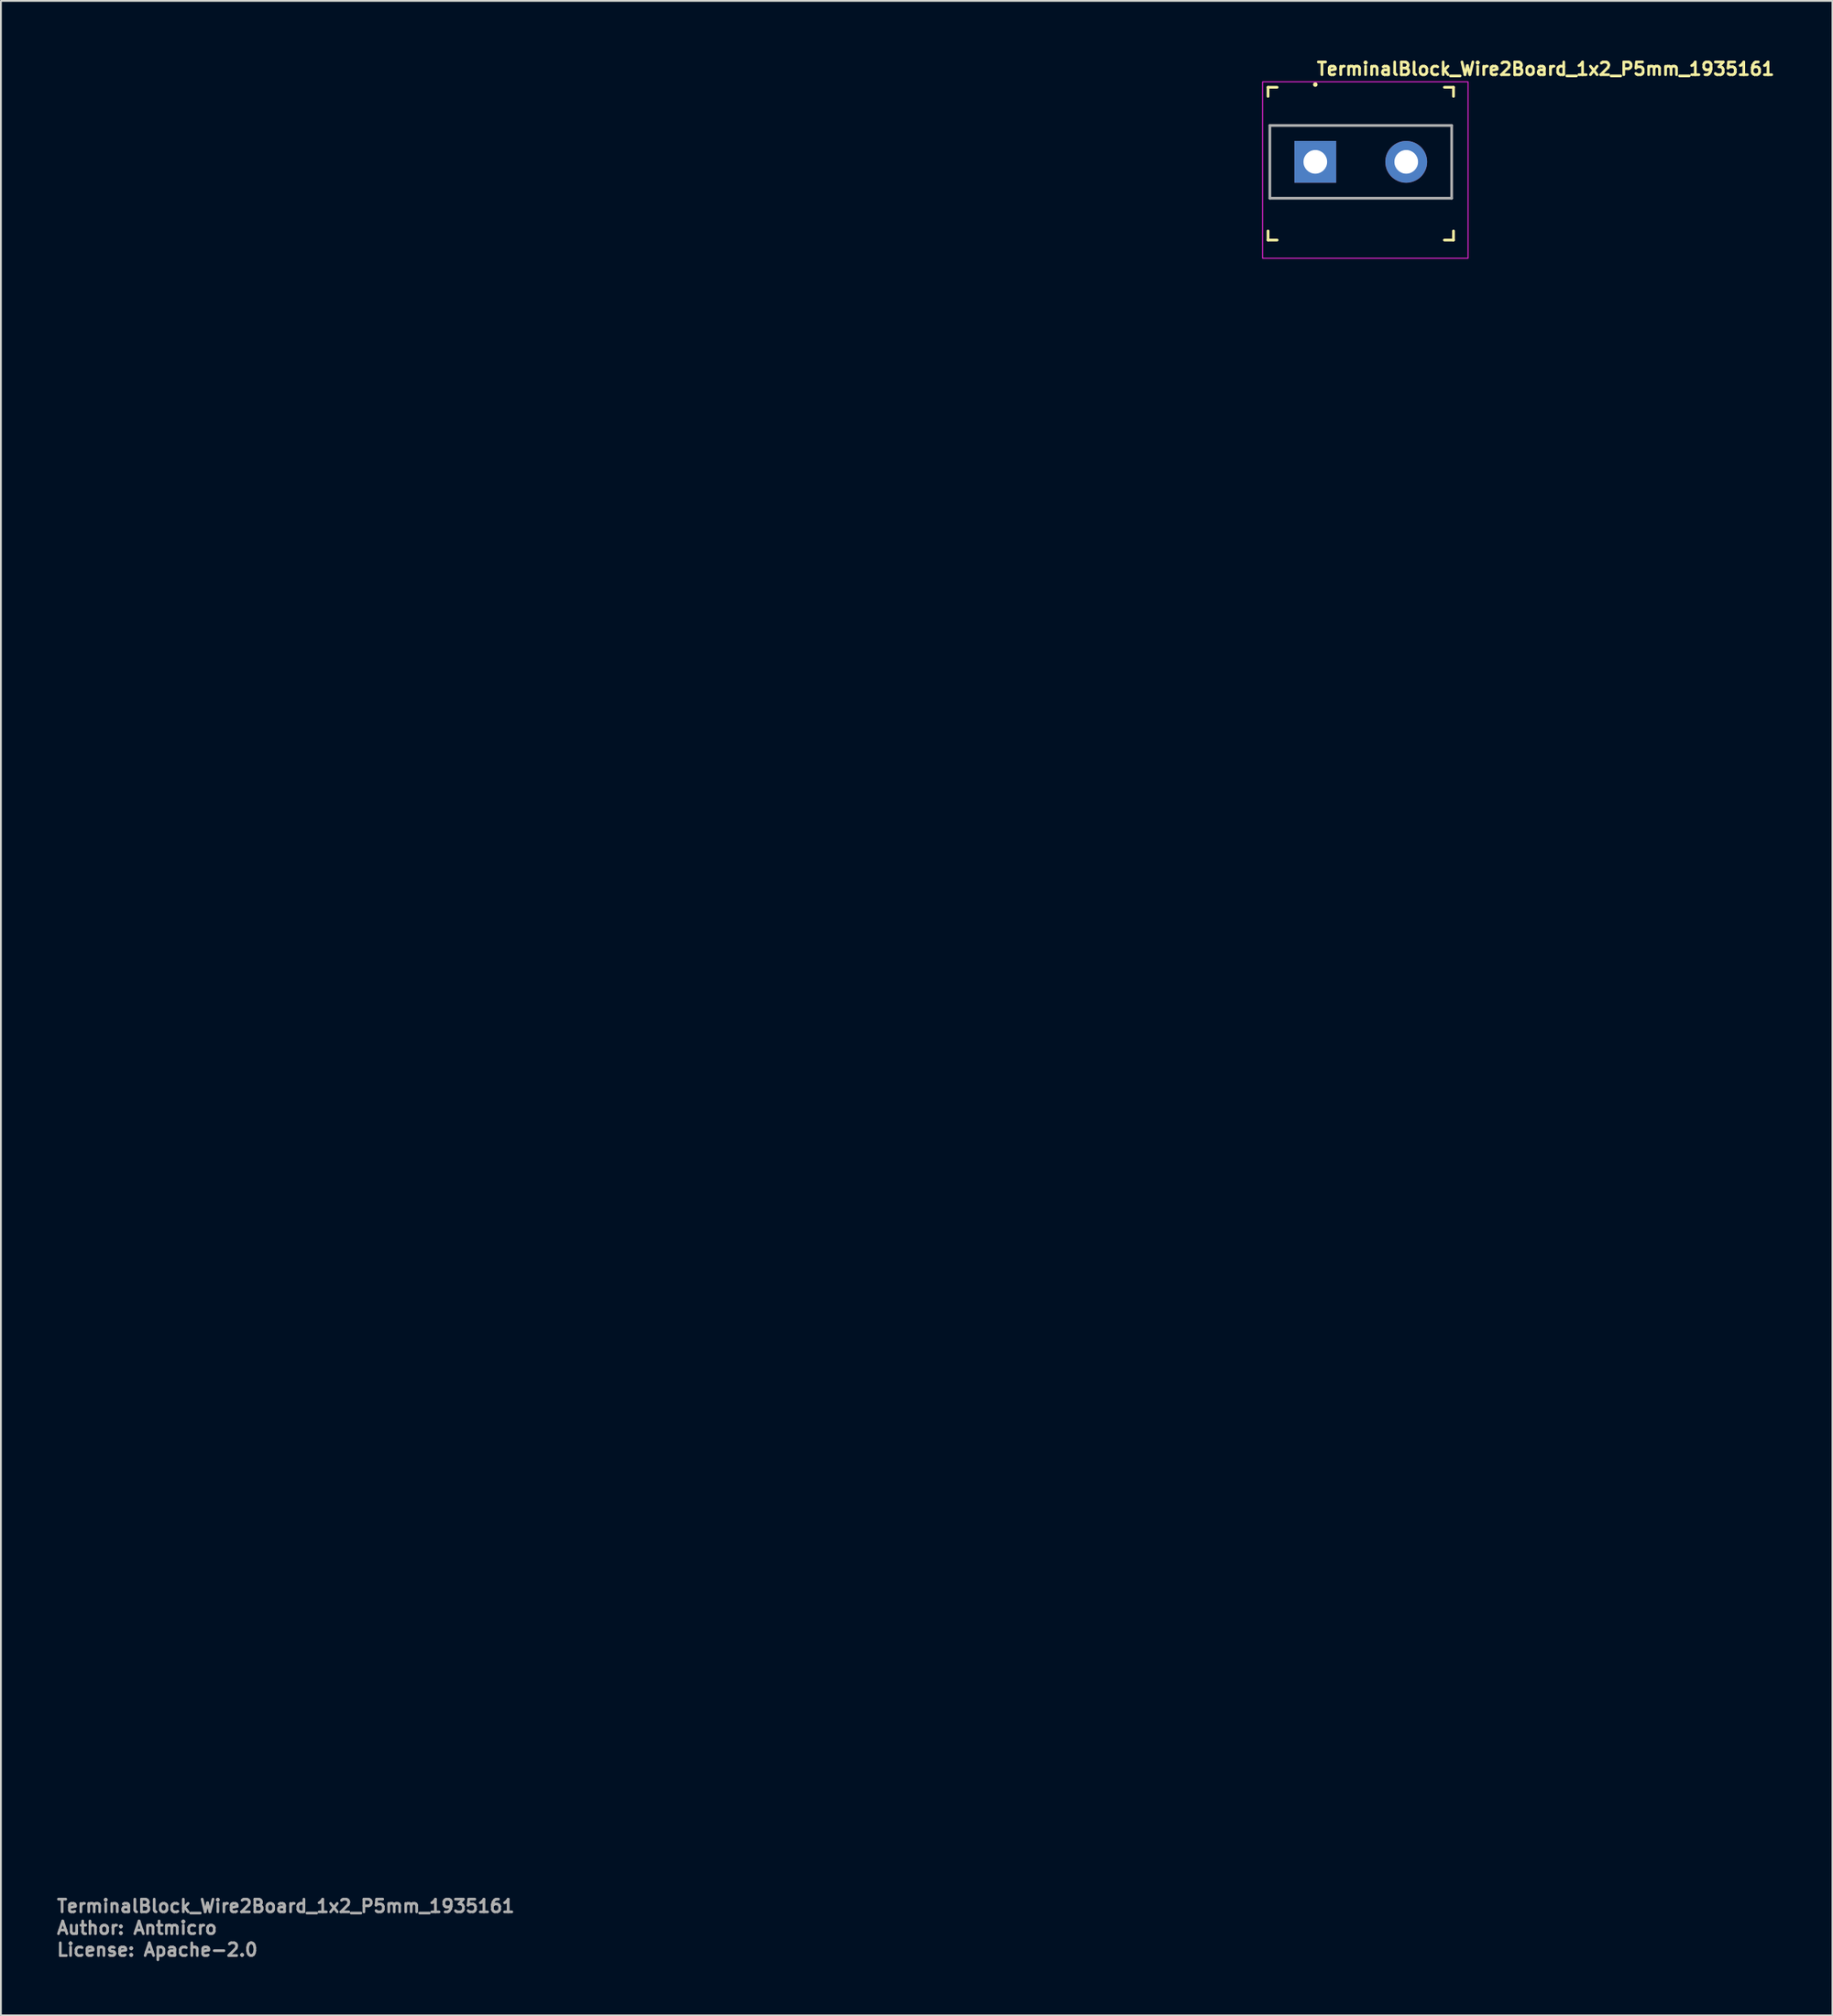
<source format=kicad_pcb>
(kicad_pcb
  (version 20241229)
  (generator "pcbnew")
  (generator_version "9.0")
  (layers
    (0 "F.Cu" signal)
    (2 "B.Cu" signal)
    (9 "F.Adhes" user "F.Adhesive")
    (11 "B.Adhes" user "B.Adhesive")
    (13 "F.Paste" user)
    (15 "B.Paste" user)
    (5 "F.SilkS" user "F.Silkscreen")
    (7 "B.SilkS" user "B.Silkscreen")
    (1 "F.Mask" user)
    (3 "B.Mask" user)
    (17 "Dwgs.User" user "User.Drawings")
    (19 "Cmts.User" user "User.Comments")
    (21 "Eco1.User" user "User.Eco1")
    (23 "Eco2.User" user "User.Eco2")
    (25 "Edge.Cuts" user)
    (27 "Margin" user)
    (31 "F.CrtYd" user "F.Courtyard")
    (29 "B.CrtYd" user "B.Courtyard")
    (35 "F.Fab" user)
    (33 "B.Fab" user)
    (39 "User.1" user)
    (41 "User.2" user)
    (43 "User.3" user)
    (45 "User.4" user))
  (footprint "TerminalBlock_Wire2Board_1x2_P5mm_1935161"
    (layer "F.Cu")
    (at 69.29 5.85)
    (property "Reference" "TerminalBlock_Wire2Board_1x2_P5mm_1935161" (at 0 -4.7 0) (layer "F.SilkS") (effects (font (size 0.7 0.7) (thickness 0.15)) (justify left bottom)))
    (attr through_hole)
    (fp_line (start -2.6 -4.1) (end -2.6 -3.6) (stroke (width 0.15) (type solid)) (layer "F.SilkS"))
    (fp_line (start -2.6 -4.1) (end -2.1 -4.1) (stroke (width 0.15) (type solid)) (layer "F.SilkS"))
    (fp_line (start -2.6 4.3) (end -2.6 3.8) (stroke (width 0.15) (type solid)) (layer "F.SilkS"))
    (fp_line (start -2.6 4.3) (end -2.1 4.3) (stroke (width 0.15) (type solid)) (layer "F.SilkS"))
    (fp_line (start 7.6 -4.1) (end 7.1 -4.1) (stroke (width 0.15) (type solid)) (layer "F.SilkS"))
    (fp_line (start 7.6 -4.1) (end 7.6 -3.6) (stroke (width 0.15) (type solid)) (layer "F.SilkS"))
    (fp_line (start 7.6 4.3) (end 7.1 4.3) (stroke (width 0.15) (type solid)) (layer "F.SilkS"))
    (fp_line (start 7.6 4.3) (end 7.6 3.8) (stroke (width 0.15) (type solid)) (layer "F.SilkS"))
    (fp_circle (center 0 -4.25) (end 0.05 -4.25) (stroke (width 0.15) (type solid)) (fill yes) (layer "F.SilkS"))
    (fp_rect (start -2.9 -4.4) (end 8.4 5.3) (stroke (width 0.05) (type solid)) (fill no) (layer "F.CrtYd"))
    (fp_line (start -2.5 -2) (end -2.5 2) (stroke (width 0.15) (type solid)) (layer "F.Fab"))
    (fp_line (start -2.5 -2) (end 7.5 -2) (stroke (width 0.15) (type solid)) (layer "F.Fab"))
    (fp_line (start -2.5 2) (end 7.5 2) (stroke (width 0.15) (type solid)) (layer "F.Fab"))
    (fp_line (start 7.5 -2) (end 7.5 2) (stroke (width 0.15) (type solid)) (layer "F.Fab"))
    (fp_rect (start 8.091 5.002) (end -2.479 -3.998) (stroke (width 0.1) (type solid)) (fill no) (layer "User.5"))
    (fp_line (start -2.479 -2.989) (end -2.479 -3.998) (stroke (width 0.02) (type solid)) (layer "User.9"))
    (fp_line (start -2.479 -2.989) (end -2.479 -2.713) (stroke (width 0.02) (type solid)) (layer "User.9"))
    (fp_line (start -2.479 -2.989) (end 7.521 -2.989) (stroke (width 0.02) (type solid)) (layer "User.9"))
    (fp_line (start -2.479 -2.713) (end -2.479 -2.055) (stroke (width 0.02) (type solid)) (layer "User.9"))
    (fp_line (start -2.479 -2.055) (end -2.351 -2.055) (stroke (width 0.02) (type solid)) (layer "User.9"))
    (fp_line (start -2.479 -1.641) (end -2.479 -2.055) (stroke (width 0.02) (type solid)) (layer "User.9"))
    (fp_line (start -2.479 -1.641) (end -2.479 1.645) (stroke (width 0.02) (type solid)) (layer "User.9"))
    (fp_line (start -2.479 2.059) (end -2.479 1.645) (stroke (width 0.02) (type solid)) (layer "User.9"))
    (fp_line (start -2.479 2.059) (end -2.479 2.727) (stroke (width 0.02) (type solid)) (layer "User.9"))
    (fp_line (start -2.479 3.002) (end -2.479 2.727) (stroke (width 0.02) (type solid)) (layer "User.9"))
    (fp_line (start -2.479 3.002) (end -2.479 3.508) (stroke (width 0.02) (type solid)) (layer "User.9"))
    (fp_line (start -2.479 4.022) (end -2.479 3.508) (stroke (width 0.02) (type solid)) (layer "User.9"))
    (fp_line (start -2.479 4.449) (end -2.479 4.022) (stroke (width 0.02) (type solid)) (layer "User.9"))
    (fp_line (start -2.479 4.449) (end -2.479 4.449) (stroke (width 0.02) (type solid)) (layer "User.9"))
    (fp_line (start -2.479 4.635) (end -2.479 4.449) (stroke (width 0.02) (type solid)) (layer "User.9"))
    (fp_line (start -2.479 4.635) (end -2.479 4.635) (stroke (width 0.02) (type solid)) (layer "User.9"))
    (fp_line (start -2.479 4.716) (end -2.479 4.635) (stroke (width 0.02) (type solid)) (layer "User.9"))
    (fp_line (start -2.479 4.716) (end -2.479 4.716) (stroke (width 0.02) (type solid)) (layer "User.9"))
    (fp_line (start -2.479 4.789) (end -2.479 4.716) (stroke (width 0.02) (type solid)) (layer "User.9"))
    (fp_line (start -2.479 4.789) (end -2.479 4.789) (stroke (width 0.02) (type solid)) (layer "User.9"))
    (fp_line (start -2.479 4.853) (end -2.479 4.789) (stroke (width 0.02) (type solid)) (layer "User.9"))
    (fp_line (start -2.479 4.853) (end -2.479 4.853) (stroke (width 0.02) (type solid)) (layer "User.9"))
    (fp_line (start -2.479 4.906) (end -2.479 4.853) (stroke (width 0.02) (type solid)) (layer "User.9"))
    (fp_line (start -2.479 4.906) (end -2.479 4.906) (stroke (width 0.02) (type solid)) (layer "User.9"))
    (fp_line (start -2.479 4.947) (end -2.479 4.906) (stroke (width 0.02) (type solid)) (layer "User.9"))
    (fp_line (start -2.479 4.947) (end -2.479 4.947) (stroke (width 0.02) (type solid)) (layer "User.9"))
    (fp_line (start -2.479 4.978) (end -2.479 4.947) (stroke (width 0.02) (type solid)) (layer "User.9"))
    (fp_line (start -2.479 4.978) (end -2.479 4.978) (stroke (width 0.02) (type solid)) (layer "User.9"))
    (fp_line (start -2.479 4.996) (end -2.479 4.978) (stroke (width 0.02) (type solid)) (layer "User.9"))
    (fp_line (start -2.479 4.996) (end -2.479 4.996) (stroke (width 0.02) (type solid)) (layer "User.9"))
    (fp_line (start -2.479 5.002) (end -2.479 4.996) (stroke (width 0.02) (type solid)) (layer "User.9"))
    (fp_line (start -2.351 -2.055) (end -2.172 -2.205) (stroke (width 0.02) (type solid)) (layer "User.9"))
    (fp_line (start -2.351 -1.641) (end -2.479 -1.641) (stroke (width 0.02) (type solid)) (layer "User.9"))
    (fp_line (start -2.351 1.645) (end -2.479 1.645) (stroke (width 0.02) (type solid)) (layer "User.9"))
    (fp_line (start -2.351 1.645) (end -2.172 1.495) (stroke (width 0.02) (type solid)) (layer "User.9"))
    (fp_line (start -2.351 2.059) (end -2.479 2.059) (stroke (width 0.02) (type solid)) (layer "User.9"))
    (fp_line (start -2.179 4.793) (end -2.179 4.252) (stroke (width 0.02) (type solid)) (layer "User.9"))
    (fp_line (start -2.179 4.793) (end -2.179 4.793) (stroke (width 0.02) (type solid)) (layer "User.9"))
    (fp_line (start -2.179 4.893) (end -2.179 4.793) (stroke (width 0.02) (type solid)) (layer "User.9"))
    (fp_line (start -2.179 4.893) (end -2.179 4.893) (stroke (width 0.02) (type solid)) (layer "User.9"))
    (fp_line (start -2.179 4.932) (end -2.179 4.893) (stroke (width 0.02) (type solid)) (layer "User.9"))
    (fp_line (start -2.179 4.932) (end -2.179 4.932) (stroke (width 0.02) (type solid)) (layer "User.9"))
    (fp_line (start -2.179 4.962) (end -2.179 4.932) (stroke (width 0.02) (type solid)) (layer "User.9"))
    (fp_line (start -2.179 4.962) (end -2.179 4.962) (stroke (width 0.02) (type solid)) (layer "User.9"))
    (fp_line (start -2.179 4.985) (end -2.179 4.962) (stroke (width 0.02) (type solid)) (layer "User.9"))
    (fp_line (start -2.179 4.985) (end -2.179 4.985) (stroke (width 0.02) (type solid)) (layer "User.9"))
    (fp_line (start -2.179 4.998) (end -2.179 4.985) (stroke (width 0.02) (type solid)) (layer "User.9"))
    (fp_line (start -2.179 4.998) (end -2.179 4.998) (stroke (width 0.02) (type solid)) (layer "User.9"))
    (fp_line (start -2.179 5.002) (end -2.479 5.002) (stroke (width 0.02) (type solid)) (layer "User.9"))
    (fp_line (start -2.179 5.002) (end -2.179 4.998) (stroke (width 0.02) (type solid)) (layer "User.9"))
    (fp_line (start -2.179 5.002) (end -1.979 4.656) (stroke (width 0.02) (type solid)) (layer "User.9"))
    (fp_line (start -2.172 -2.205) (end -1.909 -2.205) (stroke (width 0.02) (type solid)) (layer "User.9"))
    (fp_line (start -2.172 -1.491) (end -2.351 -1.641) (stroke (width 0.02) (type solid)) (layer "User.9"))
    (fp_line (start -2.172 1.495) (end -1.909 1.495) (stroke (width 0.02) (type solid)) (layer "User.9"))
    (fp_line (start -2.172 2.209) (end -2.351 2.059) (stroke (width 0.02) (type solid)) (layer "User.9"))
    (fp_line (start -2.172 2.209) (end -1.909 2.209) (stroke (width 0.02) (type solid)) (layer "User.9"))
    (fp_line (start -1.979 0.002) (end -1.975 0.132) (stroke (width 0.02) (type solid)) (layer "User.9"))
    (fp_line (start -1.979 4.252) (end -1.229 4.252) (stroke (width 0.02) (type solid)) (layer "User.9"))
    (fp_line (start -1.979 4.545) (end -1.979 4.252) (stroke (width 0.02) (type solid)) (layer "User.9"))
    (fp_line (start -1.979 4.545) (end -1.979 4.545) (stroke (width 0.02) (type solid)) (layer "User.9"))
    (fp_line (start -1.979 4.656) (end -2.179 5.002) (stroke (width 0.02) (type solid)) (layer "User.9"))
    (fp_line (start -1.979 4.656) (end -1.979 4.545) (stroke (width 0.02) (type solid)) (layer "User.9"))
    (fp_line (start -1.975 -0.127) (end -1.979 0.002) (stroke (width 0.02) (type solid)) (layer "User.9"))
    (fp_line (start -1.975 0.132) (end -1.963 0.261) (stroke (width 0.02) (type solid)) (layer "User.9"))
    (fp_line (start -1.963 -0.256) (end -1.975 -0.127) (stroke (width 0.02) (type solid)) (layer "User.9"))
    (fp_line (start -1.963 0.261) (end -1.942 0.389) (stroke (width 0.02) (type solid)) (layer "User.9"))
    (fp_line (start -1.942 -0.384) (end -1.963 -0.256) (stroke (width 0.02) (type solid)) (layer "User.9"))
    (fp_line (start -1.942 0.389) (end -1.912 0.516) (stroke (width 0.02) (type solid)) (layer "User.9"))
    (fp_line (start -1.912 -0.511) (end -1.942 -0.384) (stroke (width 0.02) (type solid)) (layer "User.9"))
    (fp_line (start -1.912 0.516) (end -1.875 0.641) (stroke (width 0.02) (type solid)) (layer "User.9"))
    (fp_line (start -1.909 -2.205) (end -1.909 -1.491) (stroke (width 0.02) (type solid)) (layer "User.9"))
    (fp_line (start -1.909 -1.491) (end -2.172 -1.491) (stroke (width 0.02) (type solid)) (layer "User.9"))
    (fp_line (start -1.909 2.209) (end -1.909 1.495) (stroke (width 0.02) (type solid)) (layer "User.9"))
    (fp_line (start -1.878 0.002) (end -1.874 -0.124) (stroke (width 0.02) (type solid)) (layer "User.9"))
    (fp_line (start -1.877 0.066) (end -1.878 0.002) (stroke (width 0.02) (type solid)) (layer "User.9"))
    (fp_line (start -1.875 -0.637) (end -1.912 -0.511) (stroke (width 0.02) (type solid)) (layer "User.9"))
    (fp_line (start -1.875 0.641) (end -1.829 0.764) (stroke (width 0.02) (type solid)) (layer "User.9"))
    (fp_line (start -1.874 -0.124) (end -1.862 -0.249) (stroke (width 0.02) (type solid)) (layer "User.9"))
    (fp_line (start -1.874 0.129) (end -1.877 0.066) (stroke (width 0.02) (type solid)) (layer "User.9"))
    (fp_line (start -1.869 0.191) (end -1.874 0.129) (stroke (width 0.02) (type solid)) (layer "User.9"))
    (fp_line (start -1.862 -0.249) (end -1.841 -0.373) (stroke (width 0.02) (type solid)) (layer "User.9"))
    (fp_line (start -1.862 0.254) (end -1.869 0.191) (stroke (width 0.02) (type solid)) (layer "User.9"))
    (fp_line (start -1.852 0.315) (end -1.862 0.254) (stroke (width 0.02) (type solid)) (layer "User.9"))
    (fp_line (start -1.841 -0.373) (end -1.813 -0.493) (stroke (width 0.02) (type solid)) (layer "User.9"))
    (fp_line (start -1.841 0.377) (end -1.852 0.315) (stroke (width 0.02) (type solid)) (layer "User.9"))
    (fp_line (start -1.829 -0.76) (end -1.875 -0.637) (stroke (width 0.02) (type solid)) (layer "User.9"))
    (fp_line (start -1.829 0.764) (end -1.774 0.884) (stroke (width 0.02) (type solid)) (layer "User.9"))
    (fp_line (start -1.828 0.437) (end -1.841 0.377) (stroke (width 0.02) (type solid)) (layer "User.9"))
    (fp_line (start -1.813 -0.493) (end -1.776 -0.612) (stroke (width 0.02) (type solid)) (layer "User.9"))
    (fp_line (start -1.813 0.498) (end -1.828 0.437) (stroke (width 0.02) (type solid)) (layer "User.9"))
    (fp_line (start -1.795 0.557) (end -1.813 0.498) (stroke (width 0.02) (type solid)) (layer "User.9"))
    (fp_line (start -1.776 -0.612) (end -1.733 -0.727) (stroke (width 0.02) (type solid)) (layer "User.9"))
    (fp_line (start -1.776 0.616) (end -1.795 0.557) (stroke (width 0.02) (type solid)) (layer "User.9"))
    (fp_line (start -1.774 -0.88) (end -1.829 -0.76) (stroke (width 0.02) (type solid)) (layer "User.9"))
    (fp_line (start -1.774 0.884) (end -1.711 1.002) (stroke (width 0.02) (type solid)) (layer "User.9"))
    (fp_line (start -1.756 0.674) (end -1.776 0.616) (stroke (width 0.02) (type solid)) (layer "User.9"))
    (fp_line (start -1.733 -0.727) (end -1.682 -0.839) (stroke (width 0.02) (type solid)) (layer "User.9"))
    (fp_line (start -1.733 0.731) (end -1.756 0.674) (stroke (width 0.02) (type solid)) (layer "User.9"))
    (fp_line (start -1.711 -0.998) (end -1.774 -0.88) (stroke (width 0.02) (type solid)) (layer "User.9"))
    (fp_line (start -1.711 -0.998) (end -1.711 -0.998) (stroke (width 0.02) (type solid)) (layer "User.9"))
    (fp_line (start -1.711 1.002) (end -1.711 1.002) (stroke (width 0.02) (type solid)) (layer "User.9"))
    (fp_line (start -1.711 1.002) (end -1.677 1.059) (stroke (width 0.02) (type solid)) (layer "User.9"))
    (fp_line (start -1.708 0.788) (end -1.733 0.731) (stroke (width 0.02) (type solid)) (layer "User.9"))
    (fp_line (start -1.682 -0.839) (end -1.624 -0.947) (stroke (width 0.02) (type solid)) (layer "User.9"))
    (fp_line (start -1.682 0.843) (end -1.708 0.788) (stroke (width 0.02) (type solid)) (layer "User.9"))
    (fp_line (start -1.677 1.059) (end -1.641 1.115) (stroke (width 0.02) (type solid)) (layer "User.9"))
    (fp_line (start -1.654 0.898) (end -1.682 0.843) (stroke (width 0.02) (type solid)) (layer "User.9"))
    (fp_line (start -1.641 -1.111) (end -1.711 -0.998) (stroke (width 0.02) (type solid)) (layer "User.9"))
    (fp_line (start -1.641 1.115) (end -1.603 1.17) (stroke (width 0.02) (type solid)) (layer "User.9"))
    (fp_line (start -1.624 -0.947) (end -1.559 -1.052) (stroke (width 0.02) (type solid)) (layer "User.9"))
    (fp_line (start -1.624 0.952) (end -1.654 0.898) (stroke (width 0.02) (type solid)) (layer "User.9"))
    (fp_line (start -1.603 1.17) (end -1.564 1.223) (stroke (width 0.02) (type solid)) (layer "User.9"))
    (fp_line (start -1.592 1.004) (end -1.624 0.952) (stroke (width 0.02) (type solid)) (layer "User.9"))
    (fp_line (start -1.564 -1.219) (end -1.641 -1.111) (stroke (width 0.02) (type solid)) (layer "User.9"))
    (fp_line (start -1.564 1.223) (end -1.523 1.274) (stroke (width 0.02) (type solid)) (layer "User.9"))
    (fp_line (start -1.559 -1.052) (end -1.487 -1.152) (stroke (width 0.02) (type solid)) (layer "User.9"))
    (fp_line (start -1.559 1.056) (end -1.592 1.004) (stroke (width 0.02) (type solid)) (layer "User.9"))
    (fp_line (start -1.524 1.107) (end -1.559 1.056) (stroke (width 0.02) (type solid)) (layer "User.9"))
    (fp_line (start -1.523 1.274) (end -1.48 1.324) (stroke (width 0.02) (type solid)) (layer "User.9"))
    (fp_line (start -1.487 -1.152) (end -1.409 -1.247) (stroke (width 0.02) (type solid)) (layer "User.9"))
    (fp_line (start -1.487 1.156) (end -1.524 1.107) (stroke (width 0.02) (type solid)) (layer "User.9"))
    (fp_line (start -1.48 -1.32) (end -1.564 -1.219) (stroke (width 0.02) (type solid)) (layer "User.9"))
    (fp_line (start -1.48 1.324) (end -1.436 1.373) (stroke (width 0.02) (type solid)) (layer "User.9"))
    (fp_line (start -1.479 -0.042) (end -1.479 0.002) (stroke (width 0.02) (type solid)) (layer "User.9"))
    (fp_line (start -1.479 0.002) (end -1.479 0.046) (stroke (width 0.02) (type solid)) (layer "User.9"))
    (fp_line (start -1.479 0.046) (end -1.477 0.09) (stroke (width 0.02) (type solid)) (layer "User.9"))
    (fp_line (start -1.477 -0.086) (end -1.479 -0.042) (stroke (width 0.02) (type solid)) (layer "User.9"))
    (fp_line (start -1.477 0.09) (end -1.474 0.134) (stroke (width 0.02) (type solid)) (layer "User.9"))
    (fp_line (start -1.474 -0.13) (end -1.477 -0.086) (stroke (width 0.02) (type solid)) (layer "User.9"))
    (fp_line (start -1.474 0.134) (end -1.469 0.178) (stroke (width 0.02) (type solid)) (layer "User.9"))
    (fp_line (start -1.469 -0.174) (end -1.474 -0.13) (stroke (width 0.02) (type solid)) (layer "User.9"))
    (fp_line (start -1.469 0.178) (end -1.463 0.222) (stroke (width 0.02) (type solid)) (layer "User.9"))
    (fp_line (start -1.463 -0.218) (end -1.469 -0.174) (stroke (width 0.02) (type solid)) (layer "User.9"))
    (fp_line (start -1.463 0.222) (end -1.456 0.266) (stroke (width 0.02) (type solid)) (layer "User.9"))
    (fp_line (start -1.456 -0.261) (end -1.463 -0.218) (stroke (width 0.02) (type solid)) (layer "User.9"))
    (fp_line (start -1.456 0.266) (end -1.448 0.309) (stroke (width 0.02) (type solid)) (layer "User.9"))
    (fp_line (start -1.449 1.204) (end -1.487 1.156) (stroke (width 0.02) (type solid)) (layer "User.9"))
    (fp_line (start -1.448 -0.305) (end -1.456 -0.261) (stroke (width 0.02) (type solid)) (layer "User.9"))
    (fp_line (start -1.448 0.309) (end -1.438 0.352) (stroke (width 0.02) (type solid)) (layer "User.9"))
    (fp_line (start -1.438 -0.348) (end -1.448 -0.305) (stroke (width 0.02) (type solid)) (layer "User.9"))
    (fp_line (start -1.438 -0.348) (end -0.329 -0.348) (stroke (width 0.02) (type solid)) (layer "User.9"))
    (fp_line (start -1.438 0.352) (end -0.329 0.352) (stroke (width 0.02) (type solid)) (layer "User.9"))
    (fp_line (start -1.436 1.373) (end -1.391 1.419) (stroke (width 0.02) (type solid)) (layer "User.9"))
    (fp_line (start -1.409 -1.247) (end -1.325 -1.338) (stroke (width 0.02) (type solid)) (layer "User.9"))
    (fp_line (start -1.409 1.252) (end -1.449 1.204) (stroke (width 0.02) (type solid)) (layer "User.9"))
    (fp_line (start -1.391 -1.415) (end -1.48 -1.32) (stroke (width 0.02) (type solid)) (layer "User.9"))
    (fp_line (start -1.391 1.419) (end -1.344 1.465) (stroke (width 0.02) (type solid)) (layer "User.9"))
    (fp_line (start -1.368 1.297) (end -1.409 1.252) (stroke (width 0.02) (type solid)) (layer "User.9"))
    (fp_line (start -1.344 1.465) (end -1.295 1.508) (stroke (width 0.02) (type solid)) (layer "User.9"))
    (fp_line (start -1.325 -1.338) (end -1.235 -1.423) (stroke (width 0.02) (type solid)) (layer "User.9"))
    (fp_line (start -1.325 1.342) (end -1.368 1.297) (stroke (width 0.02) (type solid)) (layer "User.9"))
    (fp_line (start -1.295 -1.504) (end -1.391 -1.415) (stroke (width 0.02) (type solid)) (layer "User.9"))
    (fp_line (start -1.295 1.508) (end -1.246 1.55) (stroke (width 0.02) (type solid)) (layer "User.9"))
    (fp_line (start -1.281 1.385) (end -1.325 1.342) (stroke (width 0.02) (type solid)) (layer "User.9"))
    (fp_line (start -1.246 1.55) (end -1.195 1.59) (stroke (width 0.02) (type solid)) (layer "User.9"))
    (fp_line (start -1.235 -1.423) (end -1.138 -1.502) (stroke (width 0.02) (type solid)) (layer "User.9"))
    (fp_line (start -1.235 1.427) (end -1.281 1.385) (stroke (width 0.02) (type solid)) (layer "User.9"))
    (fp_line (start -1.195 -1.586) (end -1.295 -1.504) (stroke (width 0.02) (type solid)) (layer "User.9"))
    (fp_line (start -1.195 1.59) (end -1.143 1.629) (stroke (width 0.02) (type solid)) (layer "User.9"))
    (fp_line (start -1.187 1.467) (end -1.235 1.427) (stroke (width 0.02) (type solid)) (layer "User.9"))
    (fp_line (start -1.143 1.629) (end -1.089 1.666) (stroke (width 0.02) (type solid)) (layer "User.9"))
    (fp_line (start -1.138 -1.502) (end -1.036 -1.575) (stroke (width 0.02) (type solid)) (layer "User.9"))
    (fp_line (start -1.138 1.506) (end -1.187 1.467) (stroke (width 0.02) (type solid)) (layer "User.9"))
    (fp_line (start -1.089 -1.662) (end -1.195 -1.586) (stroke (width 0.02) (type solid)) (layer "User.9"))
    (fp_line (start -1.089 1.666) (end -1.035 1.701) (stroke (width 0.02) (type solid)) (layer "User.9"))
    (fp_line (start -1.088 1.544) (end -1.138 1.506) (stroke (width 0.02) (type solid)) (layer "User.9"))
    (fp_line (start -1.079 -3.709) (end -1.052 -3.739) (stroke (width 0.02) (type solid)) (layer "User.9"))
    (fp_line (start -1.052 -3.739) (end -1.052 -3.739) (stroke (width 0.02) (type solid)) (layer "User.9"))
    (fp_line (start -1.052 -3.739) (end -0.97 -3.768) (stroke (width 0.02) (type solid)) (layer "User.9"))
    (fp_line (start -1.052 -3.679) (end -1.079 -3.709) (stroke (width 0.02) (type solid)) (layer "User.9"))
    (fp_line (start -1.052 -3.679) (end -1.052 -3.679) (stroke (width 0.02) (type solid)) (layer "User.9"))
    (fp_line (start -1.036 -1.575) (end -0.929 -1.642) (stroke (width 0.02) (type solid)) (layer "User.9"))
    (fp_line (start -1.036 1.58) (end -1.088 1.544) (stroke (width 0.02) (type solid)) (layer "User.9"))
    (fp_line (start -1.035 1.701) (end -0.979 1.734) (stroke (width 0.02) (type solid)) (layer "User.9"))
    (fp_line (start -0.983 1.614) (end -1.036 1.58) (stroke (width 0.02) (type solid)) (layer "User.9"))
    (fp_line (start -0.979 -1.73) (end -1.089 -1.662) (stroke (width 0.02) (type solid)) (layer "User.9"))
    (fp_line (start -0.979 1.734) (end -0.923 1.766) (stroke (width 0.02) (type solid)) (layer "User.9"))
    (fp_line (start -0.97 -3.768) (end -0.97 -3.768) (stroke (width 0.02) (type solid)) (layer "User.9"))
    (fp_line (start -0.97 -3.768) (end -0.839 -3.793) (stroke (width 0.02) (type solid)) (layer "User.9"))
    (fp_line (start -0.97 -3.651) (end -1.052 -3.679) (stroke (width 0.02) (type solid)) (layer "User.9"))
    (fp_line (start -0.97 -3.651) (end -0.97 -3.651) (stroke (width 0.02) (type solid)) (layer "User.9"))
    (fp_line (start -0.929 -1.642) (end -0.929 -1.642) (stroke (width 0.02) (type solid)) (layer "User.9"))
    (fp_line (start -0.929 -1.642) (end -0.817 -1.702) (stroke (width 0.02) (type solid)) (layer "User.9"))
    (fp_line (start -0.929 1.647) (end -0.983 1.614) (stroke (width 0.02) (type solid)) (layer "User.9"))
    (fp_line (start -0.929 1.647) (end -0.929 1.647) (stroke (width 0.02) (type solid)) (layer "User.9"))
    (fp_line (start -0.923 1.766) (end -0.865 1.795) (stroke (width 0.02) (type solid)) (layer "User.9"))
    (fp_line (start -0.865 -1.791) (end -0.979 -1.73) (stroke (width 0.02) (type solid)) (layer "User.9"))
    (fp_line (start -0.865 1.795) (end -0.807 1.823) (stroke (width 0.02) (type solid)) (layer "User.9"))
    (fp_line (start -0.839 -3.793) (end -0.839 -3.793) (stroke (width 0.02) (type solid)) (layer "User.9"))
    (fp_line (start -0.839 -3.793) (end -0.665 -3.815) (stroke (width 0.02) (type solid)) (layer "User.9"))
    (fp_line (start -0.839 -3.625) (end -0.97 -3.651) (stroke (width 0.02) (type solid)) (layer "User.9"))
    (fp_line (start -0.839 -3.625) (end -0.839 -3.625) (stroke (width 0.02) (type solid)) (layer "User.9"))
    (fp_line (start -0.817 -1.702) (end -0.703 -1.754) (stroke (width 0.02) (type solid)) (layer "User.9"))
    (fp_line (start -0.817 1.706) (end -0.929 1.647) (stroke (width 0.02) (type solid)) (layer "User.9"))
    (fp_line (start -0.807 1.823) (end -0.747 1.849) (stroke (width 0.02) (type solid)) (layer "User.9"))
    (fp_line (start -0.747 -1.845) (end -0.865 -1.791) (stroke (width 0.02) (type solid)) (layer "User.9"))
    (fp_line (start -0.747 1.849) (end -0.687 1.873) (stroke (width 0.02) (type solid)) (layer "User.9"))
    (fp_line (start -0.703 -1.754) (end -0.586 -1.797) (stroke (width 0.02) (type solid)) (layer "User.9"))
    (fp_line (start -0.703 1.758) (end -0.817 1.706) (stroke (width 0.02) (type solid)) (layer "User.9"))
    (fp_line (start -0.687 1.873) (end -0.626 1.895) (stroke (width 0.02) (type solid)) (layer "User.9"))
    (fp_line (start -0.665 -3.815) (end -0.665 -3.815) (stroke (width 0.02) (type solid)) (layer "User.9"))
    (fp_line (start -0.665 -3.815) (end -0.457 -3.831) (stroke (width 0.02) (type solid)) (layer "User.9"))
    (fp_line (start -0.665 -3.604) (end -0.839 -3.625) (stroke (width 0.02) (type solid)) (layer "User.9"))
    (fp_line (start -0.665 -3.604) (end -0.665 -3.604) (stroke (width 0.02) (type solid)) (layer "User.9"))
    (fp_line (start -0.626 -1.891) (end -0.747 -1.845) (stroke (width 0.02) (type solid)) (layer "User.9"))
    (fp_line (start -0.626 1.895) (end -0.564 1.915) (stroke (width 0.02) (type solid)) (layer "User.9"))
    (fp_line (start -0.586 -1.797) (end -0.467 -1.833) (stroke (width 0.02) (type solid)) (layer "User.9"))
    (fp_line (start -0.586 1.802) (end -0.703 1.758) (stroke (width 0.02) (type solid)) (layer "User.9"))
    (fp_line (start -0.564 1.915) (end -0.501 1.933) (stroke (width 0.02) (type solid)) (layer "User.9"))
    (fp_line (start -0.501 -1.929) (end -0.626 -1.891) (stroke (width 0.02) (type solid)) (layer "User.9"))
    (fp_line (start -0.501 1.933) (end -0.438 1.949) (stroke (width 0.02) (type solid)) (layer "User.9"))
    (fp_line (start -0.467 -1.833) (end -0.346 -1.861) (stroke (width 0.02) (type solid)) (layer "User.9"))
    (fp_line (start -0.467 1.837) (end -0.586 1.802) (stroke (width 0.02) (type solid)) (layer "User.9"))
    (fp_line (start -0.457 -3.831) (end -0.457 -3.831) (stroke (width 0.02) (type solid)) (layer "User.9"))
    (fp_line (start -0.457 -3.831) (end -0.224 -3.841) (stroke (width 0.02) (type solid)) (layer "User.9"))
    (fp_line (start -0.457 -3.588) (end -0.665 -3.604) (stroke (width 0.02) (type solid)) (layer "User.9"))
    (fp_line (start -0.457 -3.588) (end -0.457 -3.588) (stroke (width 0.02) (type solid)) (layer "User.9"))
    (fp_line (start -0.438 1.949) (end -0.374 1.963) (stroke (width 0.02) (type solid)) (layer "User.9"))
    (fp_line (start -0.374 -1.959) (end -0.501 -1.929) (stroke (width 0.02) (type solid)) (layer "User.9"))
    (fp_line (start -0.374 1.963) (end -0.309 1.975) (stroke (width 0.02) (type solid)) (layer "User.9"))
    (fp_line (start -0.346 -1.861) (end -0.225 -1.881) (stroke (width 0.02) (type solid)) (layer "User.9"))
    (fp_line (start -0.346 1.865) (end -0.467 1.837) (stroke (width 0.02) (type solid)) (layer "User.9"))
    (fp_line (start -0.329 -1.861) (end -0.329 -1.846) (stroke (width 0.02) (type solid)) (layer "User.9"))
    (fp_line (start -0.329 -1.861) (end -0.286 -1.868) (stroke (width 0.02) (type solid)) (layer "User.9"))
    (fp_line (start -0.329 -1.846) (end -0.329 -1.693) (stroke (width 0.02) (type solid)) (layer "User.9"))
    (fp_line (start -0.329 -1.846) (end -0.329 -1.693) (stroke (width 0.02) (type solid)) (layer "User.9"))
    (fp_line (start -0.329 -0.348) (end -0.329 -1.693) (stroke (width 0.02) (type solid)) (layer "User.9"))
    (fp_line (start -0.329 0.352) (end -0.329 1.697) (stroke (width 0.02) (type solid)) (layer "User.9"))
    (fp_line (start -0.329 1.697) (end -0.329 1.85) (stroke (width 0.02) (type solid)) (layer "User.9"))
    (fp_line (start -0.329 1.697) (end -0.329 1.85) (stroke (width 0.02) (type solid)) (layer "User.9"))
    (fp_line (start -0.329 1.85) (end -0.329 1.865) (stroke (width 0.02) (type solid)) (layer "User.9"))
    (fp_line (start -0.309 1.975) (end -0.244 1.985) (stroke (width 0.02) (type solid)) (layer "User.9"))
    (fp_line (start -0.286 -1.868) (end -0.242 -1.875) (stroke (width 0.02) (type solid)) (layer "User.9"))
    (fp_line (start -0.286 1.873) (end -0.329 1.865) (stroke (width 0.02) (type solid)) (layer "User.9"))
    (fp_line (start -0.244 -1.98) (end -0.374 -1.959) (stroke (width 0.02) (type solid)) (layer "User.9"))
    (fp_line (start -0.244 1.985) (end -0.179 1.992) (stroke (width 0.02) (type solid)) (layer "User.9"))
    (fp_line (start -0.242 -1.875) (end -0.199 -1.881) (stroke (width 0.02) (type solid)) (layer "User.9"))
    (fp_line (start -0.242 1.879) (end -0.286 1.873) (stroke (width 0.02) (type solid)) (layer "User.9"))
    (fp_line (start -0.225 -1.881) (end -0.102 -1.893) (stroke (width 0.02) (type solid)) (layer "User.9"))
    (fp_line (start -0.225 1.885) (end -0.346 1.865) (stroke (width 0.02) (type solid)) (layer "User.9"))
    (fp_line (start -0.224 -3.841) (end -0.224 -3.841) (stroke (width 0.02) (type solid)) (layer "User.9"))
    (fp_line (start -0.224 -3.841) (end 0.021 -3.844) (stroke (width 0.02) (type solid)) (layer "User.9"))
    (fp_line (start -0.224 -3.578) (end -0.457 -3.588) (stroke (width 0.02) (type solid)) (layer "User.9"))
    (fp_line (start -0.224 -3.578) (end -0.224 -3.578) (stroke (width 0.02) (type solid)) (layer "User.9"))
    (fp_line (start -0.199 -1.881) (end -0.155 -1.885) (stroke (width 0.02) (type solid)) (layer "User.9"))
    (fp_line (start -0.199 1.885) (end -0.242 1.879) (stroke (width 0.02) (type solid)) (layer "User.9"))
    (fp_line (start -0.179 1.992) (end -0.113 1.998) (stroke (width 0.02) (type solid)) (layer "User.9"))
    (fp_line (start -0.155 -1.885) (end -0.111 -1.889) (stroke (width 0.02) (type solid)) (layer "User.9"))
    (fp_line (start -0.155 1.889) (end -0.199 1.885) (stroke (width 0.02) (type solid)) (layer "User.9"))
    (fp_line (start -0.113 -1.993) (end -0.244 -1.98) (stroke (width 0.02) (type solid)) (layer "User.9"))
    (fp_line (start -0.113 1.998) (end -0.046 2.001) (stroke (width 0.02) (type solid)) (layer "User.9"))
    (fp_line (start -0.111 -1.889) (end -0.067 -1.891) (stroke (width 0.02) (type solid)) (layer "User.9"))
    (fp_line (start -0.111 1.893) (end -0.155 1.889) (stroke (width 0.02) (type solid)) (layer "User.9"))
    (fp_line (start -0.102 -1.893) (end 0.021 -1.897) (stroke (width 0.02) (type solid)) (layer "User.9"))
    (fp_line (start -0.102 1.897) (end -0.225 1.885) (stroke (width 0.02) (type solid)) (layer "User.9"))
    (fp_line (start -0.067 -1.891) (end -0.023 -1.893) (stroke (width 0.02) (type solid)) (layer "User.9"))
    (fp_line (start -0.067 1.895) (end -0.111 1.893) (stroke (width 0.02) (type solid)) (layer "User.9"))
    (fp_line (start -0.046 2.001) (end 0.021 2.002) (stroke (width 0.02) (type solid)) (layer "User.9"))
    (fp_line (start -0.023 -1.893) (end 0.021 -1.893) (stroke (width 0.02) (type solid)) (layer "User.9"))
    (fp_line (start -0.023 1.897) (end -0.067 1.895) (stroke (width 0.02) (type solid)) (layer "User.9"))
    (fp_line (start 0.021 -3.844) (end 0.021 -3.844) (stroke (width 0.02) (type solid)) (layer "User.9"))
    (fp_line (start 0.021 -3.844) (end 0.265 -3.841) (stroke (width 0.02) (type solid)) (layer "User.9"))
    (fp_line (start 0.021 -3.574) (end -0.224 -3.578) (stroke (width 0.02) (type solid)) (layer "User.9"))
    (fp_line (start 0.021 -3.574) (end 0.021 -3.574) (stroke (width 0.02) (type solid)) (layer "User.9"))
    (fp_line (start 0.021 -1.998) (end -0.113 -1.993) (stroke (width 0.02) (type solid)) (layer "User.9"))
    (fp_line (start 0.021 -1.897) (end 0.143 -1.893) (stroke (width 0.02) (type solid)) (layer "User.9"))
    (fp_line (start 0.021 -1.893) (end 0.065 -1.893) (stroke (width 0.02) (type solid)) (layer "User.9"))
    (fp_line (start 0.021 1.897) (end -0.023 1.897) (stroke (width 0.02) (type solid)) (layer "User.9"))
    (fp_line (start 0.021 1.901) (end -0.102 1.897) (stroke (width 0.02) (type solid)) (layer "User.9"))
    (fp_line (start 0.021 2.002) (end 0.154 1.998) (stroke (width 0.02) (type solid)) (layer "User.9"))
    (fp_line (start 0.065 -1.893) (end 0.108 -1.891) (stroke (width 0.02) (type solid)) (layer "User.9"))
    (fp_line (start 0.065 1.897) (end 0.021 1.897) (stroke (width 0.02) (type solid)) (layer "User.9"))
    (fp_line (start 0.087 -1.997) (end 0.021 -1.998) (stroke (width 0.02) (type solid)) (layer "User.9"))
    (fp_line (start 0.108 -1.891) (end 0.152 -1.889) (stroke (width 0.02) (type solid)) (layer "User.9"))
    (fp_line (start 0.108 1.895) (end 0.065 1.897) (stroke (width 0.02) (type solid)) (layer "User.9"))
    (fp_line (start 0.143 -1.893) (end 0.266 -1.881) (stroke (width 0.02) (type solid)) (layer "User.9"))
    (fp_line (start 0.143 1.897) (end 0.021 1.901) (stroke (width 0.02) (type solid)) (layer "User.9"))
    (fp_line (start 0.152 -1.889) (end 0.196 -1.885) (stroke (width 0.02) (type solid)) (layer "User.9"))
    (fp_line (start 0.152 1.893) (end 0.108 1.895) (stroke (width 0.02) (type solid)) (layer "User.9"))
    (fp_line (start 0.154 -1.993) (end 0.087 -1.997) (stroke (width 0.02) (type solid)) (layer "User.9"))
    (fp_line (start 0.154 1.998) (end 0.286 1.985) (stroke (width 0.02) (type solid)) (layer "User.9"))
    (fp_line (start 0.196 -1.885) (end 0.24 -1.881) (stroke (width 0.02) (type solid)) (layer "User.9"))
    (fp_line (start 0.196 1.889) (end 0.152 1.893) (stroke (width 0.02) (type solid)) (layer "User.9"))
    (fp_line (start 0.22 -1.988) (end 0.154 -1.993) (stroke (width 0.02) (type solid)) (layer "User.9"))
    (fp_line (start 0.24 -1.881) (end 0.284 -1.875) (stroke (width 0.02) (type solid)) (layer "User.9"))
    (fp_line (start 0.24 1.885) (end 0.196 1.889) (stroke (width 0.02) (type solid)) (layer "User.9"))
    (fp_line (start 0.265 -3.841) (end 0.265 -3.841) (stroke (width 0.02) (type solid)) (layer "User.9"))
    (fp_line (start 0.265 -3.841) (end 0.498 -3.831) (stroke (width 0.02) (type solid)) (layer "User.9"))
    (fp_line (start 0.265 -3.578) (end 0.021 -3.574) (stroke (width 0.02) (type solid)) (layer "User.9"))
    (fp_line (start 0.265 -3.578) (end 0.265 -3.578) (stroke (width 0.02) (type solid)) (layer "User.9"))
    (fp_line (start 0.266 -1.881) (end 0.388 -1.861) (stroke (width 0.02) (type solid)) (layer "User.9"))
    (fp_line (start 0.266 1.885) (end 0.143 1.897) (stroke (width 0.02) (type solid)) (layer "User.9"))
    (fp_line (start 0.284 -1.875) (end 0.327 -1.868) (stroke (width 0.02) (type solid)) (layer "User.9"))
    (fp_line (start 0.284 1.879) (end 0.24 1.885) (stroke (width 0.02) (type solid)) (layer "User.9"))
    (fp_line (start 0.286 -1.98) (end 0.22 -1.988) (stroke (width 0.02) (type solid)) (layer "User.9"))
    (fp_line (start 0.286 1.985) (end 0.415 1.963) (stroke (width 0.02) (type solid)) (layer "User.9"))
    (fp_line (start 0.327 -1.868) (end 0.371 -1.861) (stroke (width 0.02) (type solid)) (layer "User.9"))
    (fp_line (start 0.327 1.873) (end 0.284 1.879) (stroke (width 0.02) (type solid)) (layer "User.9"))
    (fp_line (start 0.351 -1.971) (end 0.286 -1.98) (stroke (width 0.02) (type solid)) (layer "User.9"))
    (fp_line (start 0.371 -1.846) (end 0.371 -1.861) (stroke (width 0.02) (type solid)) (layer "User.9"))
    (fp_line (start 0.371 -1.846) (end 0.371 -1.693) (stroke (width 0.02) (type solid)) (layer "User.9"))
    (fp_line (start 0.371 -1.693) (end 0.371 -1.846) (stroke (width 0.02) (type solid)) (layer "User.9"))
    (fp_line (start 0.371 -0.348) (end 0.371 -1.693) (stroke (width 0.02) (type solid)) (layer "User.9"))
    (fp_line (start 0.371 -0.348) (end 1.479 -0.348) (stroke (width 0.02) (type solid)) (layer "User.9"))
    (fp_line (start 0.371 1.697) (end 0.371 0.352) (stroke (width 0.02) (type solid)) (layer "User.9"))
    (fp_line (start 0.371 1.697) (end 0.371 1.85) (stroke (width 0.02) (type solid)) (layer "User.9"))
    (fp_line (start 0.371 1.85) (end 0.371 1.697) (stroke (width 0.02) (type solid)) (layer "User.9"))
    (fp_line (start 0.371 1.865) (end 0.327 1.873) (stroke (width 0.02) (type solid)) (layer "User.9"))
    (fp_line (start 0.371 1.865) (end 0.371 1.85) (stroke (width 0.02) (type solid)) (layer "User.9"))
    (fp_line (start 0.388 -1.861) (end 0.508 -1.833) (stroke (width 0.02) (type solid)) (layer "User.9"))
    (fp_line (start 0.388 1.865) (end 0.266 1.885) (stroke (width 0.02) (type solid)) (layer "User.9"))
    (fp_line (start 0.415 -1.959) (end 0.351 -1.971) (stroke (width 0.02) (type solid)) (layer "User.9"))
    (fp_line (start 0.415 1.963) (end 0.542 1.933) (stroke (width 0.02) (type solid)) (layer "User.9"))
    (fp_line (start 0.479 -1.945) (end 0.415 -1.959) (stroke (width 0.02) (type solid)) (layer "User.9"))
    (fp_line (start 0.498 -3.831) (end 0.498 -3.831) (stroke (width 0.02) (type solid)) (layer "User.9"))
    (fp_line (start 0.498 -3.831) (end 0.707 -3.815) (stroke (width 0.02) (type solid)) (layer "User.9"))
    (fp_line (start 0.498 -3.588) (end 0.265 -3.578) (stroke (width 0.02) (type solid)) (layer "User.9"))
    (fp_line (start 0.498 -3.588) (end 0.498 -3.588) (stroke (width 0.02) (type solid)) (layer "User.9"))
    (fp_line (start 0.508 -1.833) (end 0.627 -1.797) (stroke (width 0.02) (type solid)) (layer "User.9"))
    (fp_line (start 0.508 1.837) (end 0.388 1.865) (stroke (width 0.02) (type solid)) (layer "User.9"))
    (fp_line (start 0.542 -1.929) (end 0.479 -1.945) (stroke (width 0.02) (type solid)) (layer "User.9"))
    (fp_line (start 0.542 1.933) (end 0.667 1.895) (stroke (width 0.02) (type solid)) (layer "User.9"))
    (fp_line (start 0.605 -1.911) (end 0.542 -1.929) (stroke (width 0.02) (type solid)) (layer "User.9"))
    (fp_line (start 0.627 -1.797) (end 0.744 -1.754) (stroke (width 0.02) (type solid)) (layer "User.9"))
    (fp_line (start 0.627 1.802) (end 0.508 1.837) (stroke (width 0.02) (type solid)) (layer "User.9"))
    (fp_line (start 0.667 -1.891) (end 0.605 -1.911) (stroke (width 0.02) (type solid)) (layer "User.9"))
    (fp_line (start 0.667 1.895) (end 0.788 1.849) (stroke (width 0.02) (type solid)) (layer "User.9"))
    (fp_line (start 0.707 -3.815) (end 0.707 -3.815) (stroke (width 0.02) (type solid)) (layer "User.9"))
    (fp_line (start 0.707 -3.815) (end 0.881 -3.793) (stroke (width 0.02) (type solid)) (layer "User.9"))
    (fp_line (start 0.707 -3.604) (end 0.498 -3.588) (stroke (width 0.02) (type solid)) (layer "User.9"))
    (fp_line (start 0.707 -3.604) (end 0.707 -3.604) (stroke (width 0.02) (type solid)) (layer "User.9"))
    (fp_line (start 0.728 -1.869) (end 0.667 -1.891) (stroke (width 0.02) (type solid)) (layer "User.9"))
    (fp_line (start 0.744 -1.754) (end 0.858 -1.702) (stroke (width 0.02) (type solid)) (layer "User.9"))
    (fp_line (start 0.744 1.758) (end 0.627 1.802) (stroke (width 0.02) (type solid)) (layer "User.9"))
    (fp_line (start 0.788 -1.845) (end 0.728 -1.869) (stroke (width 0.02) (type solid)) (layer "User.9"))
    (fp_line (start 0.788 1.849) (end 0.906 1.795) (stroke (width 0.02) (type solid)) (layer "User.9"))
    (fp_line (start 0.848 -1.819) (end 0.788 -1.845) (stroke (width 0.02) (type solid)) (layer "User.9"))
    (fp_line (start 0.858 -1.702) (end 0.97 -1.642) (stroke (width 0.02) (type solid)) (layer "User.9"))
    (fp_line (start 0.858 1.706) (end 0.744 1.758) (stroke (width 0.02) (type solid)) (layer "User.9"))
    (fp_line (start 0.881 -3.793) (end 0.881 -3.793) (stroke (width 0.02) (type solid)) (layer "User.9"))
    (fp_line (start 0.881 -3.793) (end 1.012 -3.768) (stroke (width 0.02) (type solid)) (layer "User.9"))
    (fp_line (start 0.881 -3.625) (end 0.707 -3.604) (stroke (width 0.02) (type solid)) (layer "User.9"))
    (fp_line (start 0.881 -3.625) (end 0.881 -3.625) (stroke (width 0.02) (type solid)) (layer "User.9"))
    (fp_line (start 0.906 -1.791) (end 0.848 -1.819) (stroke (width 0.02) (type solid)) (layer "User.9"))
    (fp_line (start 0.906 1.795) (end 1.021 1.734) (stroke (width 0.02) (type solid)) (layer "User.9"))
    (fp_line (start 0.964 -1.761) (end 0.906 -1.791) (stroke (width 0.02) (type solid)) (layer "User.9"))
    (fp_line (start 0.97 -1.642) (end 0.97 -1.642) (stroke (width 0.02) (type solid)) (layer "User.9"))
    (fp_line (start 0.97 -1.642) (end 1.024 -1.61) (stroke (width 0.02) (type solid)) (layer "User.9"))
    (fp_line (start 0.97 1.647) (end 0.858 1.706) (stroke (width 0.02) (type solid)) (layer "User.9"))
    (fp_line (start 0.97 1.647) (end 0.97 1.647) (stroke (width 0.02) (type solid)) (layer "User.9"))
    (fp_line (start 1.012 -3.768) (end 1.012 -3.768) (stroke (width 0.02) (type solid)) (layer "User.9"))
    (fp_line (start 1.012 -3.768) (end 1.093 -3.739) (stroke (width 0.02) (type solid)) (layer "User.9"))
    (fp_line (start 1.012 -3.651) (end 0.881 -3.625) (stroke (width 0.02) (type solid)) (layer "User.9"))
    (fp_line (start 1.012 -3.651) (end 1.012 -3.651) (stroke (width 0.02) (type solid)) (layer "User.9"))
    (fp_line (start 1.021 -1.73) (end 0.964 -1.761) (stroke (width 0.02) (type solid)) (layer "User.9"))
    (fp_line (start 1.021 1.734) (end 1.131 1.666) (stroke (width 0.02) (type solid)) (layer "User.9"))
    (fp_line (start 1.024 -1.61) (end 1.078 -1.575) (stroke (width 0.02) (type solid)) (layer "User.9"))
    (fp_line (start 1.076 -1.697) (end 1.021 -1.73) (stroke (width 0.02) (type solid)) (layer "User.9"))
    (fp_line (start 1.078 -1.575) (end 1.129 -1.54) (stroke (width 0.02) (type solid)) (layer "User.9"))
    (fp_line (start 1.078 1.58) (end 0.97 1.647) (stroke (width 0.02) (type solid)) (layer "User.9"))
    (fp_line (start 1.093 -3.739) (end 1.093 -3.739) (stroke (width 0.02) (type solid)) (layer "User.9"))
    (fp_line (start 1.093 -3.739) (end 1.121 -3.709) (stroke (width 0.02) (type solid)) (layer "User.9"))
    (fp_line (start 1.093 -3.679) (end 1.012 -3.651) (stroke (width 0.02) (type solid)) (layer "User.9"))
    (fp_line (start 1.093 -3.679) (end 1.093 -3.679) (stroke (width 0.02) (type solid)) (layer "User.9"))
    (fp_line (start 1.121 -3.709) (end 1.093 -3.679) (stroke (width 0.02) (type solid)) (layer "User.9"))
    (fp_line (start 1.129 -1.54) (end 1.18 -1.502) (stroke (width 0.02) (type solid)) (layer "User.9"))
    (fp_line (start 1.131 -1.662) (end 1.076 -1.697) (stroke (width 0.02) (type solid)) (layer "User.9"))
    (fp_line (start 1.131 1.666) (end 1.236 1.59) (stroke (width 0.02) (type solid)) (layer "User.9"))
    (fp_line (start 1.18 -1.502) (end 1.228 -1.463) (stroke (width 0.02) (type solid)) (layer "User.9"))
    (fp_line (start 1.18 1.506) (end 1.078 1.58) (stroke (width 0.02) (type solid)) (layer "User.9"))
    (fp_line (start 1.184 -1.625) (end 1.131 -1.662) (stroke (width 0.02) (type solid)) (layer "User.9"))
    (fp_line (start 1.228 -1.463) (end 1.276 -1.423) (stroke (width 0.02) (type solid)) (layer "User.9"))
    (fp_line (start 1.236 -1.586) (end 1.184 -1.625) (stroke (width 0.02) (type solid)) (layer "User.9"))
    (fp_line (start 1.236 1.59) (end 1.337 1.508) (stroke (width 0.02) (type solid)) (layer "User.9"))
    (fp_line (start 1.271 4.252) (end 2.121 4.252) (stroke (width 0.02) (type solid)) (layer "User.9"))
    (fp_line (start 1.276 -1.423) (end 1.322 -1.381) (stroke (width 0.02) (type solid)) (layer "User.9"))
    (fp_line (start 1.276 1.427) (end 1.18 1.506) (stroke (width 0.02) (type solid)) (layer "User.9"))
    (fp_line (start 1.287 -1.546) (end 1.236 -1.586) (stroke (width 0.02) (type solid)) (layer "User.9"))
    (fp_line (start 1.322 -1.381) (end 1.366 -1.338) (stroke (width 0.02) (type solid)) (layer "User.9"))
    (fp_line (start 1.337 -1.504) (end 1.287 -1.546) (stroke (width 0.02) (type solid)) (layer "User.9"))
    (fp_line (start 1.337 1.508) (end 1.432 1.419) (stroke (width 0.02) (type solid)) (layer "User.9"))
    (fp_line (start 1.366 -1.338) (end 1.409 -1.293) (stroke (width 0.02) (type solid)) (layer "User.9"))
    (fp_line (start 1.366 1.342) (end 1.276 1.427) (stroke (width 0.02) (type solid)) (layer "User.9"))
    (fp_line (start 1.385 -1.46) (end 1.337 -1.504) (stroke (width 0.02) (type solid)) (layer "User.9"))
    (fp_line (start 1.409 -1.293) (end 1.451 -1.247) (stroke (width 0.02) (type solid)) (layer "User.9"))
    (fp_line (start 1.432 -1.415) (end 1.385 -1.46) (stroke (width 0.02) (type solid)) (layer "User.9"))
    (fp_line (start 1.432 1.419) (end 1.521 1.324) (stroke (width 0.02) (type solid)) (layer "User.9"))
    (fp_line (start 1.451 -1.247) (end 1.49 -1.2) (stroke (width 0.02) (type solid)) (layer "User.9"))
    (fp_line (start 1.451 1.252) (end 1.366 1.342) (stroke (width 0.02) (type solid)) (layer "User.9"))
    (fp_line (start 1.477 -1.368) (end 1.432 -1.415) (stroke (width 0.02) (type solid)) (layer "User.9"))
    (fp_line (start 1.479 0.352) (end 0.371 0.352) (stroke (width 0.02) (type solid)) (layer "User.9"))
    (fp_line (start 1.479 0.352) (end 1.489 0.309) (stroke (width 0.02) (type solid)) (layer "User.9"))
    (fp_line (start 1.489 -0.305) (end 1.479 -0.348) (stroke (width 0.02) (type solid)) (layer "User.9"))
    (fp_line (start 1.489 0.309) (end 1.497 0.266) (stroke (width 0.02) (type solid)) (layer "User.9"))
    (fp_line (start 1.49 -1.2) (end 1.529 -1.152) (stroke (width 0.02) (type solid)) (layer "User.9"))
    (fp_line (start 1.497 -0.261) (end 1.489 -0.305) (stroke (width 0.02) (type solid)) (layer "User.9"))
    (fp_line (start 1.497 0.266) (end 1.504 0.222) (stroke (width 0.02) (type solid)) (layer "User.9"))
    (fp_line (start 1.504 -0.218) (end 1.497 -0.261) (stroke (width 0.02) (type solid)) (layer "User.9"))
    (fp_line (start 1.504 0.222) (end 1.51 0.178) (stroke (width 0.02) (type solid)) (layer "User.9"))
    (fp_line (start 1.51 -0.174) (end 1.504 -0.218) (stroke (width 0.02) (type solid)) (layer "User.9"))
    (fp_line (start 1.51 0.178) (end 1.515 0.134) (stroke (width 0.02) (type solid)) (layer "User.9"))
    (fp_line (start 1.515 -0.13) (end 1.51 -0.174) (stroke (width 0.02) (type solid)) (layer "User.9"))
    (fp_line (start 1.515 0.134) (end 1.518 0.09) (stroke (width 0.02) (type solid)) (layer "User.9"))
    (fp_line (start 1.518 -0.086) (end 1.515 -0.13) (stroke (width 0.02) (type solid)) (layer "User.9"))
    (fp_line (start 1.518 0.09) (end 1.52 0.046) (stroke (width 0.02) (type solid)) (layer "User.9"))
    (fp_line (start 1.52 -0.042) (end 1.518 -0.086) (stroke (width 0.02) (type solid)) (layer "User.9"))
    (fp_line (start 1.52 0.046) (end 1.521 0.002) (stroke (width 0.02) (type solid)) (layer "User.9"))
    (fp_line (start 1.521 -1.32) (end 1.477 -1.368) (stroke (width 0.02) (type solid)) (layer "User.9"))
    (fp_line (start 1.521 0.002) (end 1.52 -0.042) (stroke (width 0.02) (type solid)) (layer "User.9"))
    (fp_line (start 1.521 1.324) (end 1.605 1.223) (stroke (width 0.02) (type solid)) (layer "User.9"))
    (fp_line (start 1.529 -1.152) (end 1.565 -1.102) (stroke (width 0.02) (type solid)) (layer "User.9"))
    (fp_line (start 1.529 1.156) (end 1.451 1.252) (stroke (width 0.02) (type solid)) (layer "User.9"))
    (fp_line (start 1.564 -1.27) (end 1.521 -1.32) (stroke (width 0.02) (type solid)) (layer "User.9"))
    (fp_line (start 1.565 -1.102) (end 1.6 -1.052) (stroke (width 0.02) (type solid)) (layer "User.9"))
    (fp_line (start 1.6 -1.052) (end 1.634 -1) (stroke (width 0.02) (type solid)) (layer "User.9"))
    (fp_line (start 1.6 1.056) (end 1.529 1.156) (stroke (width 0.02) (type solid)) (layer "User.9"))
    (fp_line (start 1.605 -1.219) (end 1.564 -1.27) (stroke (width 0.02) (type solid)) (layer "User.9"))
    (fp_line (start 1.605 1.223) (end 1.682 1.115) (stroke (width 0.02) (type solid)) (layer "User.9"))
    (fp_line (start 1.634 -1) (end 1.665 -0.947) (stroke (width 0.02) (type solid)) (layer "User.9"))
    (fp_line (start 1.644 -1.166) (end 1.605 -1.219) (stroke (width 0.02) (type solid)) (layer "User.9"))
    (fp_line (start 1.665 -0.947) (end 1.695 -0.894) (stroke (width 0.02) (type solid)) (layer "User.9"))
    (fp_line (start 1.665 0.952) (end 1.6 1.056) (stroke (width 0.02) (type solid)) (layer "User.9"))
    (fp_line (start 1.682 -1.111) (end 1.644 -1.166) (stroke (width 0.02) (type solid)) (layer "User.9"))
    (fp_line (start 1.682 1.115) (end 1.753 1.002) (stroke (width 0.02) (type solid)) (layer "User.9"))
    (fp_line (start 1.695 -0.894) (end 1.723 -0.839) (stroke (width 0.02) (type solid)) (layer "User.9"))
    (fp_line (start 1.718 -1.055) (end 1.682 -1.111) (stroke (width 0.02) (type solid)) (layer "User.9"))
    (fp_line (start 1.723 -0.839) (end 1.749 -0.783) (stroke (width 0.02) (type solid)) (layer "User.9"))
    (fp_line (start 1.723 0.843) (end 1.665 0.952) (stroke (width 0.02) (type solid)) (layer "User.9"))
    (fp_line (start 1.749 -0.783) (end 1.774 -0.727) (stroke (width 0.02) (type solid)) (layer "User.9"))
    (fp_line (start 1.753 -0.998) (end 1.718 -1.055) (stroke (width 0.02) (type solid)) (layer "User.9"))
    (fp_line (start 1.753 -0.998) (end 1.753 -0.998) (stroke (width 0.02) (type solid)) (layer "User.9"))
    (fp_line (start 1.753 1.002) (end 1.753 1.002) (stroke (width 0.02) (type solid)) (layer "User.9"))
    (fp_line (start 1.753 1.002) (end 1.815 0.884) (stroke (width 0.02) (type solid)) (layer "User.9"))
    (fp_line (start 1.774 -0.727) (end 1.797 -0.67) (stroke (width 0.02) (type solid)) (layer "User.9"))
    (fp_line (start 1.774 0.731) (end 1.723 0.843) (stroke (width 0.02) (type solid)) (layer "User.9"))
    (fp_line (start 1.797 -0.67) (end 1.818 -0.612) (stroke (width 0.02) (type solid)) (layer "User.9"))
    (fp_line (start 1.815 -0.88) (end 1.753 -0.998) (stroke (width 0.02) (type solid)) (layer "User.9"))
    (fp_line (start 1.815 0.884) (end 1.87 0.764) (stroke (width 0.02) (type solid)) (layer "User.9"))
    (fp_line (start 1.818 -0.612) (end 1.837 -0.553) (stroke (width 0.02) (type solid)) (layer "User.9"))
    (fp_line (start 1.818 0.616) (end 1.774 0.731) (stroke (width 0.02) (type solid)) (layer "User.9"))
    (fp_line (start 1.837 -0.553) (end 1.854 -0.493) (stroke (width 0.02) (type solid)) (layer "User.9"))
    (fp_line (start 1.854 -0.493) (end 1.869 -0.433) (stroke (width 0.02) (type solid)) (layer "User.9"))
    (fp_line (start 1.854 0.498) (end 1.818 0.616) (stroke (width 0.02) (type solid)) (layer "User.9"))
    (fp_line (start 1.869 -0.433) (end 1.882 -0.373) (stroke (width 0.02) (type solid)) (layer "User.9"))
    (fp_line (start 1.87 -0.76) (end 1.815 -0.88) (stroke (width 0.02) (type solid)) (layer "User.9"))
    (fp_line (start 1.87 0.764) (end 1.916 0.641) (stroke (width 0.02) (type solid)) (layer "User.9"))
    (fp_line (start 1.882 -0.373) (end 1.894 -0.311) (stroke (width 0.02) (type solid)) (layer "User.9"))
    (fp_line (start 1.882 0.377) (end 1.854 0.498) (stroke (width 0.02) (type solid)) (layer "User.9"))
    (fp_line (start 1.894 -0.311) (end 1.903 -0.249) (stroke (width 0.02) (type solid)) (layer "User.9"))
    (fp_line (start 1.903 -0.249) (end 1.91 -0.187) (stroke (width 0.02) (type solid)) (layer "User.9"))
    (fp_line (start 1.903 0.254) (end 1.882 0.377) (stroke (width 0.02) (type solid)) (layer "User.9"))
    (fp_line (start 1.91 -0.187) (end 1.915 -0.124) (stroke (width 0.02) (type solid)) (layer "User.9"))
    (fp_line (start 1.915 -0.124) (end 1.918 -0.061) (stroke (width 0.02) (type solid)) (layer "User.9"))
    (fp_line (start 1.915 0.129) (end 1.903 0.254) (stroke (width 0.02) (type solid)) (layer "User.9"))
    (fp_line (start 1.916 -0.637) (end 1.87 -0.76) (stroke (width 0.02) (type solid)) (layer "User.9"))
    (fp_line (start 1.916 0.641) (end 1.954 0.516) (stroke (width 0.02) (type solid)) (layer "User.9"))
    (fp_line (start 1.918 -0.061) (end 1.919 0.002) (stroke (width 0.02) (type solid)) (layer "User.9"))
    (fp_line (start 1.919 0.002) (end 1.915 0.129) (stroke (width 0.02) (type solid)) (layer "User.9"))
    (fp_line (start 1.954 -0.511) (end 1.916 -0.637) (stroke (width 0.02) (type solid)) (layer "User.9"))
    (fp_line (start 1.954 0.516) (end 1.983 0.389) (stroke (width 0.02) (type solid)) (layer "User.9"))
    (fp_line (start 1.983 -0.384) (end 1.954 -0.511) (stroke (width 0.02) (type solid)) (layer "User.9"))
    (fp_line (start 1.983 0.389) (end 2.004 0.261) (stroke (width 0.02) (type solid)) (layer "User.9"))
    (fp_line (start 2.004 -0.256) (end 1.983 -0.384) (stroke (width 0.02) (type solid)) (layer "User.9"))
    (fp_line (start 2.004 0.261) (end 2.016 0.132) (stroke (width 0.02) (type solid)) (layer "User.9"))
    (fp_line (start 2.016 -0.127) (end 2.004 -0.256) (stroke (width 0.02) (type solid)) (layer "User.9"))
    (fp_line (start 2.016 0.132) (end 2.021 0.002) (stroke (width 0.02) (type solid)) (layer "User.9"))
    (fp_line (start 2.021 0.002) (end 2.016 -0.127) (stroke (width 0.02) (type solid)) (layer "User.9"))
    (fp_line (start 2.121 -3.998) (end -2.479 -3.998) (stroke (width 0.02) (type solid)) (layer "User.9"))
    (fp_line (start 2.121 -3.91) (end 2.121 -3.998) (stroke (width 0.02) (type solid)) (layer "User.9"))
    (fp_line (start 2.121 -3.91) (end 2.121 -3.91) (stroke (width 0.02) (type solid)) (layer "User.9"))
    (fp_line (start 2.121 -3.698) (end 2.121 -3.91) (stroke (width 0.02) (type solid)) (layer "User.9"))
    (fp_line (start 2.121 -3.698) (end 2.121 -3.218) (stroke (width 0.02) (type solid)) (layer "User.9"))
    (fp_line (start 2.121 -3.218) (end 2.921 -3.218) (stroke (width 0.02) (type solid)) (layer "User.9"))
    (fp_line (start 2.121 4.252) (end 2.121 4.545) (stroke (width 0.02) (type solid)) (layer "User.9"))
    (fp_line (start 2.121 4.545) (end 2.121 4.545) (stroke (width 0.02) (type solid)) (layer "User.9"))
    (fp_line (start 2.121 4.545) (end 2.121 4.656) (stroke (width 0.02) (type solid)) (layer "User.9"))
    (fp_line (start 2.121 4.656) (end 2.321 5.002) (stroke (width 0.02) (type solid)) (layer "User.9"))
    (fp_line (start 2.321 4.252) (end -2.179 4.252) (stroke (width 0.02) (type solid)) (layer "User.9"))
    (fp_line (start 2.321 4.793) (end 2.321 4.252) (stroke (width 0.02) (type solid)) (layer "User.9"))
    (fp_line (start 2.321 4.793) (end 2.321 4.793) (stroke (width 0.02) (type solid)) (layer "User.9"))
    (fp_line (start 2.321 4.893) (end 2.321 4.793) (stroke (width 0.02) (type solid)) (layer "User.9"))
    (fp_line (start 2.321 4.893) (end 2.321 4.893) (stroke (width 0.02) (type solid)) (layer "User.9"))
    (fp_line (start 2.321 4.932) (end 2.321 4.893) (stroke (width 0.02) (type solid)) (layer "User.9"))
    (fp_line (start 2.321 4.932) (end 2.321 4.932) (stroke (width 0.02) (type solid)) (layer "User.9"))
    (fp_line (start 2.321 4.962) (end 2.321 4.932) (stroke (width 0.02) (type solid)) (layer "User.9"))
    (fp_line (start 2.321 4.962) (end 2.321 4.962) (stroke (width 0.02) (type solid)) (layer "User.9"))
    (fp_line (start 2.321 4.985) (end 2.321 4.962) (stroke (width 0.02) (type solid)) (layer "User.9"))
    (fp_line (start 2.321 4.985) (end 2.321 4.985) (stroke (width 0.02) (type solid)) (layer "User.9"))
    (fp_line (start 2.321 4.998) (end 2.321 4.985) (stroke (width 0.02) (type solid)) (layer "User.9"))
    (fp_line (start 2.321 4.998) (end 2.321 4.998) (stroke (width 0.02) (type solid)) (layer "User.9"))
    (fp_line (start 2.321 5.002) (end 2.121 4.656) (stroke (width 0.02) (type solid)) (layer "User.9"))
    (fp_line (start 2.321 5.002) (end 2.321 4.998) (stroke (width 0.02) (type solid)) (layer "User.9"))
    (fp_line (start 2.721 4.793) (end 2.721 4.252) (stroke (width 0.02) (type solid)) (layer "User.9"))
    (fp_line (start 2.721 4.793) (end 2.721 4.793) (stroke (width 0.02) (type solid)) (layer "User.9"))
    (fp_line (start 2.721 4.893) (end 2.721 4.793) (stroke (width 0.02) (type solid)) (layer "User.9"))
    (fp_line (start 2.721 4.893) (end 2.721 4.893) (stroke (width 0.02) (type solid)) (layer "User.9"))
    (fp_line (start 2.721 4.932) (end 2.721 4.893) (stroke (width 0.02) (type solid)) (layer "User.9"))
    (fp_line (start 2.721 4.932) (end 2.721 4.932) (stroke (width 0.02) (type solid)) (layer "User.9"))
    (fp_line (start 2.721 4.962) (end 2.721 4.932) (stroke (width 0.02) (type solid)) (layer "User.9"))
    (fp_line (start 2.721 4.962) (end 2.721 4.962) (stroke (width 0.02) (type solid)) (layer "User.9"))
    (fp_line (start 2.721 4.985) (end 2.721 4.962) (stroke (width 0.02) (type solid)) (layer "User.9"))
    (fp_line (start 2.721 4.985) (end 2.721 4.985) (stroke (width 0.02) (type solid)) (layer "User.9"))
    (fp_line (start 2.721 4.998) (end 2.721 4.985) (stroke (width 0.02) (type solid)) (layer "User.9"))
    (fp_line (start 2.721 4.998) (end 2.721 4.998) (stroke (width 0.02) (type solid)) (layer "User.9"))
    (fp_line (start 2.721 5.002) (end 2.321 5.002) (stroke (width 0.02) (type solid)) (layer "User.9"))
    (fp_line (start 2.721 5.002) (end 2.721 4.998) (stroke (width 0.02) (type solid)) (layer "User.9"))
    (fp_line (start 2.721 5.002) (end 2.921 4.656) (stroke (width 0.02) (type solid)) (layer "User.9"))
    (fp_line (start 2.921 -3.998) (end 2.121 -3.998) (stroke (width 0.02) (type solid)) (layer "User.9"))
    (fp_line (start 2.921 -3.91) (end 2.921 -3.998) (stroke (width 0.02) (type solid)) (layer "User.9"))
    (fp_line (start 2.921 -3.91) (end 2.921 -3.91) (stroke (width 0.02) (type solid)) (layer "User.9"))
    (fp_line (start 2.921 -3.698) (end 2.921 -3.91) (stroke (width 0.02) (type solid)) (layer "User.9"))
    (fp_line (start 2.921 -3.698) (end 2.921 -3.218) (stroke (width 0.02) (type solid)) (layer "User.9"))
    (fp_line (start 2.921 4.545) (end 2.921 4.252) (stroke (width 0.02) (type solid)) (layer "User.9"))
    (fp_line (start 2.921 4.545) (end 2.921 4.545) (stroke (width 0.02) (type solid)) (layer "User.9"))
    (fp_line (start 2.921 4.656) (end 2.721 5.002) (stroke (width 0.02) (type solid)) (layer "User.9"))
    (fp_line (start 2.921 4.656) (end 2.921 4.545) (stroke (width 0.02) (type solid)) (layer "User.9"))
    (fp_line (start 3.021 0.002) (end 3.025 0.132) (stroke (width 0.02) (type solid)) (layer "User.9"))
    (fp_line (start 3.025 -0.127) (end 3.021 0.002) (stroke (width 0.02) (type solid)) (layer "User.9"))
    (fp_line (start 3.025 0.132) (end 3.037 0.261) (stroke (width 0.02) (type solid)) (layer "User.9"))
    (fp_line (start 3.037 -0.256) (end 3.025 -0.127) (stroke (width 0.02) (type solid)) (layer "User.9"))
    (fp_line (start 3.037 0.261) (end 3.058 0.389) (stroke (width 0.02) (type solid)) (layer "User.9"))
    (fp_line (start 3.058 -0.384) (end 3.037 -0.256) (stroke (width 0.02) (type solid)) (layer "User.9"))
    (fp_line (start 3.058 0.389) (end 3.088 0.516) (stroke (width 0.02) (type solid)) (layer "User.9"))
    (fp_line (start 3.088 -0.511) (end 3.058 -0.384) (stroke (width 0.02) (type solid)) (layer "User.9"))
    (fp_line (start 3.088 0.516) (end 3.125 0.641) (stroke (width 0.02) (type solid)) (layer "User.9"))
    (fp_line (start 3.122 0.002) (end 3.126 -0.124) (stroke (width 0.02) (type solid)) (layer "User.9"))
    (fp_line (start 3.123 0.066) (end 3.122 0.002) (stroke (width 0.02) (type solid)) (layer "User.9"))
    (fp_line (start 3.125 -0.637) (end 3.088 -0.511) (stroke (width 0.02) (type solid)) (layer "User.9"))
    (fp_line (start 3.125 0.641) (end 3.171 0.764) (stroke (width 0.02) (type solid)) (layer "User.9"))
    (fp_line (start 3.126 -0.124) (end 3.138 -0.249) (stroke (width 0.02) (type solid)) (layer "User.9"))
    (fp_line (start 3.126 0.129) (end 3.123 0.066) (stroke (width 0.02) (type solid)) (layer "User.9"))
    (fp_line (start 3.131 0.191) (end 3.126 0.129) (stroke (width 0.02) (type solid)) (layer "User.9"))
    (fp_line (start 3.138 -0.249) (end 3.159 -0.373) (stroke (width 0.02) (type solid)) (layer "User.9"))
    (fp_line (start 3.138 0.254) (end 3.131 0.191) (stroke (width 0.02) (type solid)) (layer "User.9"))
    (fp_line (start 3.148 0.315) (end 3.138 0.254) (stroke (width 0.02) (type solid)) (layer "User.9"))
    (fp_line (start 3.159 -0.373) (end 3.187 -0.493) (stroke (width 0.02) (type solid)) (layer "User.9"))
    (fp_line (start 3.159 0.377) (end 3.148 0.315) (stroke (width 0.02) (type solid)) (layer "User.9"))
    (fp_line (start 3.171 -0.76) (end 3.125 -0.637) (stroke (width 0.02) (type solid)) (layer "User.9"))
    (fp_line (start 3.171 0.764) (end 3.226 0.884) (stroke (width 0.02) (type solid)) (layer "User.9"))
    (fp_line (start 3.172 0.437) (end 3.159 0.377) (stroke (width 0.02) (type solid)) (layer "User.9"))
    (fp_line (start 3.187 -0.493) (end 3.224 -0.612) (stroke (width 0.02) (type solid)) (layer "User.9"))
    (fp_line (start 3.187 0.498) (end 3.172 0.437) (stroke (width 0.02) (type solid)) (layer "User.9"))
    (fp_line (start 3.205 0.557) (end 3.187 0.498) (stroke (width 0.02) (type solid)) (layer "User.9"))
    (fp_line (start 3.224 -0.612) (end 3.267 -0.727) (stroke (width 0.02) (type solid)) (layer "User.9"))
    (fp_line (start 3.224 0.616) (end 3.205 0.557) (stroke (width 0.02) (type solid)) (layer "User.9"))
    (fp_line (start 3.226 -0.88) (end 3.171 -0.76) (stroke (width 0.02) (type solid)) (layer "User.9"))
    (fp_line (start 3.226 0.884) (end 3.289 1.002) (stroke (width 0.02) (type solid)) (layer "User.9"))
    (fp_line (start 3.244 0.674) (end 3.224 0.616) (stroke (width 0.02) (type solid)) (layer "User.9"))
    (fp_line (start 3.267 -0.727) (end 3.318 -0.839) (stroke (width 0.02) (type solid)) (layer "User.9"))
    (fp_line (start 3.267 0.731) (end 3.244 0.674) (stroke (width 0.02) (type solid)) (layer "User.9"))
    (fp_line (start 3.289 -0.998) (end 3.226 -0.88) (stroke (width 0.02) (type solid)) (layer "User.9"))
    (fp_line (start 3.289 -0.998) (end 3.289 -0.998) (stroke (width 0.02) (type solid)) (layer "User.9"))
    (fp_line (start 3.289 1.002) (end 3.289 1.002) (stroke (width 0.02) (type solid)) (layer "User.9"))
    (fp_line (start 3.289 1.002) (end 3.323 1.059) (stroke (width 0.02) (type solid)) (layer "User.9"))
    (fp_line (start 3.292 0.788) (end 3.267 0.731) (stroke (width 0.02) (type solid)) (layer "User.9"))
    (fp_line (start 3.318 -0.839) (end 3.376 -0.947) (stroke (width 0.02) (type solid)) (layer "User.9"))
    (fp_line (start 3.318 0.843) (end 3.292 0.788) (stroke (width 0.02) (type solid)) (layer "User.9"))
    (fp_line (start 3.323 1.059) (end 3.359 1.115) (stroke (width 0.02) (type solid)) (layer "User.9"))
    (fp_line (start 3.346 0.898) (end 3.318 0.843) (stroke (width 0.02) (type solid)) (layer "User.9"))
    (fp_line (start 3.359 -1.111) (end 3.289 -0.998) (stroke (width 0.02) (type solid)) (layer "User.9"))
    (fp_line (start 3.359 1.115) (end 3.397 1.17) (stroke (width 0.02) (type solid)) (layer "User.9"))
    (fp_line (start 3.376 -0.947) (end 3.441 -1.052) (stroke (width 0.02) (type solid)) (layer "User.9"))
    (fp_line (start 3.376 0.952) (end 3.346 0.898) (stroke (width 0.02) (type solid)) (layer "User.9"))
    (fp_line (start 3.397 1.17) (end 3.436 1.223) (stroke (width 0.02) (type solid)) (layer "User.9"))
    (fp_line (start 3.408 1.004) (end 3.376 0.952) (stroke (width 0.02) (type solid)) (layer "User.9"))
    (fp_line (start 3.436 -1.219) (end 3.359 -1.111) (stroke (width 0.02) (type solid)) (layer "User.9"))
    (fp_line (start 3.436 1.223) (end 3.477 1.274) (stroke (width 0.02) (type solid)) (layer "User.9"))
    (fp_line (start 3.441 -1.052) (end 3.513 -1.152) (stroke (width 0.02) (type solid)) (layer "User.9"))
    (fp_line (start 3.441 1.056) (end 3.408 1.004) (stroke (width 0.02) (type solid)) (layer "User.9"))
    (fp_line (start 3.476 1.107) (end 3.441 1.056) (stroke (width 0.02) (type solid)) (layer "User.9"))
    (fp_line (start 3.477 1.274) (end 3.52 1.324) (stroke (width 0.02) (type solid)) (layer "User.9"))
    (fp_line (start 3.513 -1.152) (end 3.591 -1.247) (stroke (width 0.02) (type solid)) (layer "User.9"))
    (fp_line (start 3.513 1.156) (end 3.476 1.107) (stroke (width 0.02) (type solid)) (layer "User.9"))
    (fp_line (start 3.52 -1.32) (end 3.436 -1.219) (stroke (width 0.02) (type solid)) (layer "User.9"))
    (fp_line (start 3.52 1.324) (end 3.564 1.373) (stroke (width 0.02) (type solid)) (layer "User.9"))
    (fp_line (start 3.521 -0.042) (end 3.521 0.002) (stroke (width 0.02) (type solid)) (layer "User.9"))
    (fp_line (start 3.521 0.002) (end 3.521 0.046) (stroke (width 0.02) (type solid)) (layer "User.9"))
    (fp_line (start 3.521 0.046) (end 3.523 0.09) (stroke (width 0.02) (type solid)) (layer "User.9"))
    (fp_line (start 3.523 -0.086) (end 3.521 -0.042) (stroke (width 0.02) (type solid)) (layer "User.9"))
    (fp_line (start 3.523 0.09) (end 3.526 0.134) (stroke (width 0.02) (type solid)) (layer "User.9"))
    (fp_line (start 3.526 -0.13) (end 3.523 -0.086) (stroke (width 0.02) (type solid)) (layer "User.9"))
    (fp_line (start 3.526 0.134) (end 3.531 0.178) (stroke (width 0.02) (type solid)) (layer "User.9"))
    (fp_line (start 3.531 -0.174) (end 3.526 -0.13) (stroke (width 0.02) (type solid)) (layer "User.9"))
    (fp_line (start 3.531 0.178) (end 3.537 0.222) (stroke (width 0.02) (type solid)) (layer "User.9"))
    (fp_line (start 3.537 -0.218) (end 3.531 -0.174) (stroke (width 0.02) (type solid)) (layer "User.9"))
    (fp_line (start 3.537 0.222) (end 3.544 0.266) (stroke (width 0.02) (type solid)) (layer "User.9"))
    (fp_line (start 3.544 -0.261) (end 3.537 -0.218) (stroke (width 0.02) (type solid)) (layer "User.9"))
    (fp_line (start 3.544 0.266) (end 3.552 0.309) (stroke (width 0.02) (type solid)) (layer "User.9"))
    (fp_line (start 3.551 1.204) (end 3.513 1.156) (stroke (width 0.02) (type solid)) (layer "User.9"))
    (fp_line (start 3.552 -0.305) (end 3.544 -0.261) (stroke (width 0.02) (type solid)) (layer "User.9"))
    (fp_line (start 3.552 0.309) (end 3.562 0.352) (stroke (width 0.02) (type solid)) (layer "User.9"))
    (fp_line (start 3.562 -0.348) (end 3.552 -0.305) (stroke (width 0.02) (type solid)) (layer "User.9"))
    (fp_line (start 3.562 -0.348) (end 4.671 -0.348) (stroke (width 0.02) (type solid)) (layer "User.9"))
    (fp_line (start 3.564 1.373) (end 3.609 1.419) (stroke (width 0.02) (type solid)) (layer "User.9"))
    (fp_line (start 3.591 -1.247) (end 3.675 -1.338) (stroke (width 0.02) (type solid)) (layer "User.9"))
    (fp_line (start 3.591 1.252) (end 3.551 1.204) (stroke (width 0.02) (type solid)) (layer "User.9"))
    (fp_line (start 3.609 -1.415) (end 3.52 -1.32) (stroke (width 0.02) (type solid)) (layer "User.9"))
    (fp_line (start 3.609 1.419) (end 3.656 1.465) (stroke (width 0.02) (type solid)) (layer "User.9"))
    (fp_line (start 3.632 1.297) (end 3.591 1.252) (stroke (width 0.02) (type solid)) (layer "User.9"))
    (fp_line (start 3.656 1.465) (end 3.705 1.508) (stroke (width 0.02) (type solid)) (layer "User.9"))
    (fp_line (start 3.675 -1.338) (end 3.765 -1.423) (stroke (width 0.02) (type solid)) (layer "User.9"))
    (fp_line (start 3.675 1.342) (end 3.632 1.297) (stroke (width 0.02) (type solid)) (layer "User.9"))
    (fp_line (start 3.705 -1.504) (end 3.609 -1.415) (stroke (width 0.02) (type solid)) (layer "User.9"))
    (fp_line (start 3.705 1.508) (end 3.754 1.55) (stroke (width 0.02) (type solid)) (layer "User.9"))
    (fp_line (start 3.719 1.385) (end 3.675 1.342) (stroke (width 0.02) (type solid)) (layer "User.9"))
    (fp_line (start 3.754 1.55) (end 3.805 1.59) (stroke (width 0.02) (type solid)) (layer "User.9"))
    (fp_line (start 3.765 -1.423) (end 3.862 -1.502) (stroke (width 0.02) (type solid)) (layer "User.9"))
    (fp_line (start 3.765 1.427) (end 3.719 1.385) (stroke (width 0.02) (type solid)) (layer "User.9"))
    (fp_line (start 3.771 4.252) (end 2.921 4.252) (stroke (width 0.02) (type solid)) (layer "User.9"))
    (fp_line (start 3.805 -1.586) (end 3.705 -1.504) (stroke (width 0.02) (type solid)) (layer "User.9"))
    (fp_line (start 3.805 1.59) (end 3.857 1.629) (stroke (width 0.02) (type solid)) (layer "User.9"))
    (fp_line (start 3.813 1.467) (end 3.765 1.427) (stroke (width 0.02) (type solid)) (layer "User.9"))
    (fp_line (start 3.857 1.629) (end 3.911 1.666) (stroke (width 0.02) (type solid)) (layer "User.9"))
    (fp_line (start 3.862 -1.502) (end 3.964 -1.575) (stroke (width 0.02) (type solid)) (layer "User.9"))
    (fp_line (start 3.862 1.506) (end 3.813 1.467) (stroke (width 0.02) (type solid)) (layer "User.9"))
    (fp_line (start 3.911 -1.662) (end 3.805 -1.586) (stroke (width 0.02) (type solid)) (layer "User.9"))
    (fp_line (start 3.911 1.666) (end 3.965 1.701) (stroke (width 0.02) (type solid)) (layer "User.9"))
    (fp_line (start 3.912 1.544) (end 3.862 1.506) (stroke (width 0.02) (type solid)) (layer "User.9"))
    (fp_line (start 3.921 -3.709) (end 3.948 -3.739) (stroke (width 0.02) (type solid)) (layer "User.9"))
    (fp_line (start 3.948 -3.739) (end 3.948 -3.739) (stroke (width 0.02) (type solid)) (layer "User.9"))
    (fp_line (start 3.948 -3.739) (end 4.03 -3.768) (stroke (width 0.02) (type solid)) (layer "User.9"))
    (fp_line (start 3.948 -3.679) (end 3.921 -3.709) (stroke (width 0.02) (type solid)) (layer "User.9"))
    (fp_line (start 3.948 -3.679) (end 3.948 -3.679) (stroke (width 0.02) (type solid)) (layer "User.9"))
    (fp_line (start 3.964 -1.575) (end 4.071 -1.642) (stroke (width 0.02) (type solid)) (layer "User.9"))
    (fp_line (start 3.964 1.58) (end 3.912 1.544) (stroke (width 0.02) (type solid)) (layer "User.9"))
    (fp_line (start 3.965 1.701) (end 4.021 1.734) (stroke (width 0.02) (type solid)) (layer "User.9"))
    (fp_line (start 4.017 1.614) (end 3.964 1.58) (stroke (width 0.02) (type solid)) (layer "User.9"))
    (fp_line (start 4.021 -1.73) (end 3.911 -1.662) (stroke (width 0.02) (type solid)) (layer "User.9"))
    (fp_line (start 4.021 1.734) (end 4.077 1.766) (stroke (width 0.02) (type solid)) (layer "User.9"))
    (fp_line (start 4.03 -3.768) (end 4.03 -3.768) (stroke (width 0.02) (type solid)) (layer "User.9"))
    (fp_line (start 4.03 -3.768) (end 4.161 -3.793) (stroke (width 0.02) (type solid)) (layer "User.9"))
    (fp_line (start 4.03 -3.651) (end 3.948 -3.679) (stroke (width 0.02) (type solid)) (layer "User.9"))
    (fp_line (start 4.03 -3.651) (end 4.03 -3.651) (stroke (width 0.02) (type solid)) (layer "User.9"))
    (fp_line (start 4.071 -1.642) (end 4.071 -1.642) (stroke (width 0.02) (type solid)) (layer "User.9"))
    (fp_line (start 4.071 -1.642) (end 4.183 -1.702) (stroke (width 0.02) (type solid)) (layer "User.9"))
    (fp_line (start 4.071 1.647) (end 4.017 1.614) (stroke (width 0.02) (type solid)) (layer "User.9"))
    (fp_line (start 4.071 1.647) (end 4.071 1.647) (stroke (width 0.02) (type solid)) (layer "User.9"))
    (fp_line (start 4.077 1.766) (end 4.135 1.795) (stroke (width 0.02) (type solid)) (layer "User.9"))
    (fp_line (start 4.135 -1.791) (end 4.021 -1.73) (stroke (width 0.02) (type solid)) (layer "User.9"))
    (fp_line (start 4.135 1.795) (end 4.193 1.823) (stroke (width 0.02) (type solid)) (layer "User.9"))
    (fp_line (start 4.161 -3.793) (end 4.161 -3.793) (stroke (width 0.02) (type solid)) (layer "User.9"))
    (fp_line (start 4.161 -3.793) (end 4.335 -3.815) (stroke (width 0.02) (type solid)) (layer "User.9"))
    (fp_line (start 4.161 -3.625) (end 4.03 -3.651) (stroke (width 0.02) (type solid)) (layer "User.9"))
    (fp_line (start 4.161 -3.625) (end 4.161 -3.625) (stroke (width 0.02) (type solid)) (layer "User.9"))
    (fp_line (start 4.183 -1.702) (end 4.297 -1.754) (stroke (width 0.02) (type solid)) (layer "User.9"))
    (fp_line (start 4.183 1.706) (end 4.071 1.647) (stroke (width 0.02) (type solid)) (layer "User.9"))
    (fp_line (start 4.193 1.823) (end 4.253 1.849) (stroke (width 0.02) (type solid)) (layer "User.9"))
    (fp_line (start 4.253 -1.845) (end 4.135 -1.791) (stroke (width 0.02) (type solid)) (layer "User.9"))
    (fp_line (start 4.253 1.849) (end 4.313 1.873) (stroke (width 0.02) (type solid)) (layer "User.9"))
    (fp_line (start 4.297 -1.754) (end 4.414 -1.797) (stroke (width 0.02) (type solid)) (layer "User.9"))
    (fp_line (start 4.297 1.758) (end 4.183 1.706) (stroke (width 0.02) (type solid)) (layer "User.9"))
    (fp_line (start 4.313 1.873) (end 4.374 1.895) (stroke (width 0.02) (type solid)) (layer "User.9"))
    (fp_line (start 4.335 -3.815) (end 4.335 -3.815) (stroke (width 0.02) (type solid)) (layer "User.9"))
    (fp_line (start 4.335 -3.815) (end 4.543 -3.831) (stroke (width 0.02) (type solid)) (layer "User.9"))
    (fp_line (start 4.335 -3.604) (end 4.161 -3.625) (stroke (width 0.02) (type solid)) (layer "User.9"))
    (fp_line (start 4.335 -3.604) (end 4.335 -3.604) (stroke (width 0.02) (type solid)) (layer "User.9"))
    (fp_line (start 4.374 -1.891) (end 4.253 -1.845) (stroke (width 0.02) (type solid)) (layer "User.9"))
    (fp_line (start 4.374 1.895) (end 4.436 1.915) (stroke (width 0.02) (type solid)) (layer "User.9"))
    (fp_line (start 4.414 -1.797) (end 4.533 -1.833) (stroke (width 0.02) (type solid)) (layer "User.9"))
    (fp_line (start 4.414 1.802) (end 4.297 1.758) (stroke (width 0.02) (type solid)) (layer "User.9"))
    (fp_line (start 4.436 1.915) (end 4.499 1.933) (stroke (width 0.02) (type solid)) (layer "User.9"))
    (fp_line (start 4.499 -1.929) (end 4.374 -1.891) (stroke (width 0.02) (type solid)) (layer "User.9"))
    (fp_line (start 4.499 1.933) (end 4.562 1.949) (stroke (width 0.02) (type solid)) (layer "User.9"))
    (fp_line (start 4.533 -1.833) (end 4.654 -1.861) (stroke (width 0.02) (type solid)) (layer "User.9"))
    (fp_line (start 4.533 1.837) (end 4.414 1.802) (stroke (width 0.02) (type solid)) (layer "User.9"))
    (fp_line (start 4.543 -3.831) (end 4.543 -3.831) (stroke (width 0.02) (type solid)) (layer "User.9"))
    (fp_line (start 4.543 -3.831) (end 4.776 -3.841) (stroke (width 0.02) (type solid)) (layer "User.9"))
    (fp_line (start 4.543 -3.588) (end 4.335 -3.604) (stroke (width 0.02) (type solid)) (layer "User.9"))
    (fp_line (start 4.543 -3.588) (end 4.543 -3.588) (stroke (width 0.02) (type solid)) (layer "User.9"))
    (fp_line (start 4.562 1.949) (end 4.626 1.963) (stroke (width 0.02) (type solid)) (layer "User.9"))
    (fp_line (start 4.626 -1.959) (end 4.499 -1.929) (stroke (width 0.02) (type solid)) (layer "User.9"))
    (fp_line (start 4.626 1.963) (end 4.691 1.975) (stroke (width 0.02) (type solid)) (layer "User.9"))
    (fp_line (start 4.654 -1.861) (end 4.775 -1.881) (stroke (width 0.02) (type solid)) (layer "User.9"))
    (fp_line (start 4.654 1.865) (end 4.533 1.837) (stroke (width 0.02) (type solid)) (layer "User.9"))
    (fp_line (start 4.671 -1.861) (end 4.671 -1.846) (stroke (width 0.02) (type solid)) (layer "User.9"))
    (fp_line (start 4.671 -1.861) (end 4.714 -1.868) (stroke (width 0.02) (type solid)) (layer "User.9"))
    (fp_line (start 4.671 -1.846) (end 4.671 -1.693) (stroke (width 0.02) (type solid)) (layer "User.9"))
    (fp_line (start 4.671 -1.693) (end 4.671 -1.846) (stroke (width 0.02) (type solid)) (layer "User.9"))
    (fp_line (start 4.671 -1.693) (end 4.671 -0.348) (stroke (width 0.02) (type solid)) (layer "User.9"))
    (fp_line (start 4.671 0.352) (end 3.562 0.352) (stroke (width 0.02) (type solid)) (layer "User.9"))
    (fp_line (start 4.671 0.352) (end 4.671 1.697) (stroke (width 0.02) (type solid)) (layer "User.9"))
    (fp_line (start 4.671 1.697) (end 4.671 1.85) (stroke (width 0.02) (type solid)) (layer "User.9"))
    (fp_line (start 4.671 1.85) (end 4.671 1.697) (stroke (width 0.02) (type solid)) (layer "User.9"))
    (fp_line (start 4.671 1.85) (end 4.671 1.865) (stroke (width 0.02) (type solid)) (layer "User.9"))
    (fp_line (start 4.691 1.975) (end 4.756 1.985) (stroke (width 0.02) (type solid)) (layer "User.9"))
    (fp_line (start 4.714 -1.868) (end 4.758 -1.875) (stroke (width 0.02) (type solid)) (layer "User.9"))
    (fp_line (start 4.714 1.873) (end 4.671 1.865) (stroke (width 0.02) (type solid)) (layer "User.9"))
    (fp_line (start 4.756 -1.98) (end 4.626 -1.959) (stroke (width 0.02) (type solid)) (layer "User.9"))
    (fp_line (start 4.756 1.985) (end 4.821 1.992) (stroke (width 0.02) (type solid)) (layer "User.9"))
    (fp_line (start 4.758 -1.875) (end 4.801 -1.881) (stroke (width 0.02) (type solid)) (layer "User.9"))
    (fp_line (start 4.758 1.879) (end 4.714 1.873) (stroke (width 0.02) (type solid)) (layer "User.9"))
    (fp_line (start 4.775 -1.881) (end 4.898 -1.893) (stroke (width 0.02) (type solid)) (layer "User.9"))
    (fp_line (start 4.775 1.885) (end 4.654 1.865) (stroke (width 0.02) (type solid)) (layer "User.9"))
    (fp_line (start 4.776 -3.841) (end 4.776 -3.841) (stroke (width 0.02) (type solid)) (layer "User.9"))
    (fp_line (start 4.776 -3.841) (end 5.021 -3.844) (stroke (width 0.02) (type solid)) (layer "User.9"))
    (fp_line (start 4.776 -3.578) (end 4.543 -3.588) (stroke (width 0.02) (type solid)) (layer "User.9"))
    (fp_line (start 4.776 -3.578) (end 4.776 -3.578) (stroke (width 0.02) (type solid)) (layer "User.9"))
    (fp_line (start 4.801 -1.881) (end 4.845 -1.885) (stroke (width 0.02) (type solid)) (layer "User.9"))
    (fp_line (start 4.801 1.885) (end 4.758 1.879) (stroke (width 0.02) (type solid)) (layer "User.9"))
    (fp_line (start 4.821 1.992) (end 4.887 1.998) (stroke (width 0.02) (type solid)) (layer "User.9"))
    (fp_line (start 4.845 -1.885) (end 4.889 -1.889) (stroke (width 0.02) (type solid)) (layer "User.9"))
    (fp_line (start 4.845 1.889) (end 4.801 1.885) (stroke (width 0.02) (type solid)) (layer "User.9"))
    (fp_line (start 4.887 -1.993) (end 4.756 -1.98) (stroke (width 0.02) (type solid)) (layer "User.9"))
    (fp_line (start 4.887 1.998) (end 4.954 2.001) (stroke (width 0.02) (type solid)) (layer "User.9"))
    (fp_line (start 4.889 -1.889) (end 4.933 -1.891) (stroke (width 0.02) (type solid)) (layer "User.9"))
    (fp_line (start 4.889 1.893) (end 4.845 1.889) (stroke (width 0.02) (type solid)) (layer "User.9"))
    (fp_line (start 4.898 -1.893) (end 5.021 -1.897) (stroke (width 0.02) (type solid)) (layer "User.9"))
    (fp_line (start 4.898 1.897) (end 4.775 1.885) (stroke (width 0.02) (type solid)) (layer "User.9"))
    (fp_line (start 4.933 -1.891) (end 4.977 -1.893) (stroke (width 0.02) (type solid)) (layer "User.9"))
    (fp_line (start 4.933 1.895) (end 4.889 1.893) (stroke (width 0.02) (type solid)) (layer "User.9"))
    (fp_line (start 4.954 2.001) (end 5.021 2.002) (stroke (width 0.02) (type solid)) (layer "User.9"))
    (fp_line (start 4.977 -1.893) (end 5.021 -1.893) (stroke (width 0.02) (type solid)) (layer "User.9"))
    (fp_line (start 4.977 1.897) (end 4.933 1.895) (stroke (width 0.02) (type solid)) (layer "User.9"))
    (fp_line (start 5.021 -3.844) (end 5.021 -3.844) (stroke (width 0.02) (type solid)) (layer "User.9"))
    (fp_line (start 5.021 -3.844) (end 5.265 -3.841) (stroke (width 0.02) (type solid)) (layer "User.9"))
    (fp_line (start 5.021 -3.574) (end 4.776 -3.578) (stroke (width 0.02) (type solid)) (layer "User.9"))
    (fp_line (start 5.021 -3.574) (end 5.021 -3.574) (stroke (width 0.02) (type solid)) (layer "User.9"))
    (fp_line (start 5.021 -1.998) (end 4.887 -1.993) (stroke (width 0.02) (type solid)) (layer "User.9"))
    (fp_line (start 5.021 -1.897) (end 5.143 -1.893) (stroke (width 0.02) (type solid)) (layer "User.9"))
    (fp_line (start 5.021 -1.893) (end 5.065 -1.893) (stroke (width 0.02) (type solid)) (layer "User.9"))
    (fp_line (start 5.021 1.897) (end 4.977 1.897) (stroke (width 0.02) (type solid)) (layer "User.9"))
    (fp_line (start 5.021 1.901) (end 4.898 1.897) (stroke (width 0.02) (type solid)) (layer "User.9"))
    (fp_line (start 5.021 2.002) (end 5.154 1.998) (stroke (width 0.02) (type solid)) (layer "User.9"))
    (fp_line (start 5.065 -1.893) (end 5.108 -1.891) (stroke (width 0.02) (type solid)) (layer "User.9"))
    (fp_line (start 5.065 1.897) (end 5.021 1.897) (stroke (width 0.02) (type solid)) (layer "User.9"))
    (fp_line (start 5.087 -1.997) (end 5.021 -1.998) (stroke (width 0.02) (type solid)) (layer "User.9"))
    (fp_line (start 5.108 -1.891) (end 5.152 -1.889) (stroke (width 0.02) (type solid)) (layer "User.9"))
    (fp_line (start 5.108 1.895) (end 5.065 1.897) (stroke (width 0.02) (type solid)) (layer "User.9"))
    (fp_line (start 5.143 -1.893) (end 5.266 -1.881) (stroke (width 0.02) (type solid)) (layer "User.9"))
    (fp_line (start 5.143 1.897) (end 5.021 1.901) (stroke (width 0.02) (type solid)) (layer "User.9"))
    (fp_line (start 5.152 -1.889) (end 5.196 -1.885) (stroke (width 0.02) (type solid)) (layer "User.9"))
    (fp_line (start 5.152 1.893) (end 5.108 1.895) (stroke (width 0.02) (type solid)) (layer "User.9"))
    (fp_line (start 5.154 -1.993) (end 5.087 -1.997) (stroke (width 0.02) (type solid)) (layer "User.9"))
    (fp_line (start 5.154 1.998) (end 5.286 1.985) (stroke (width 0.02) (type solid)) (layer "User.9"))
    (fp_line (start 5.196 -1.885) (end 5.24 -1.881) (stroke (width 0.02) (type solid)) (layer "User.9"))
    (fp_line (start 5.196 1.889) (end 5.152 1.893) (stroke (width 0.02) (type solid)) (layer "User.9"))
    (fp_line (start 5.22 -1.988) (end 5.154 -1.993) (stroke (width 0.02) (type solid)) (layer "User.9"))
    (fp_line (start 5.24 -1.881) (end 5.284 -1.875) (stroke (width 0.02) (type solid)) (layer "User.9"))
    (fp_line (start 5.24 1.885) (end 5.196 1.889) (stroke (width 0.02) (type solid)) (layer "User.9"))
    (fp_line (start 5.265 -3.841) (end 5.265 -3.841) (stroke (width 0.02) (type solid)) (layer "User.9"))
    (fp_line (start 5.265 -3.841) (end 5.498 -3.831) (stroke (width 0.02) (type solid)) (layer "User.9"))
    (fp_line (start 5.265 -3.578) (end 5.021 -3.574) (stroke (width 0.02) (type solid)) (layer "User.9"))
    (fp_line (start 5.265 -3.578) (end 5.265 -3.578) (stroke (width 0.02) (type solid)) (layer "User.9"))
    (fp_line (start 5.266 -1.881) (end 5.388 -1.861) (stroke (width 0.02) (type solid)) (layer "User.9"))
    (fp_line (start 5.266 1.885) (end 5.143 1.897) (stroke (width 0.02) (type solid)) (layer "User.9"))
    (fp_line (start 5.284 -1.875) (end 5.327 -1.868) (stroke (width 0.02) (type solid)) (layer "User.9"))
    (fp_line (start 5.284 1.879) (end 5.24 1.885) (stroke (width 0.02) (type solid)) (layer "User.9"))
    (fp_line (start 5.286 -1.98) (end 5.22 -1.988) (stroke (width 0.02) (type solid)) (layer "User.9"))
    (fp_line (start 5.286 1.985) (end 5.415 1.963) (stroke (width 0.02) (type solid)) (layer "User.9"))
    (fp_line (start 5.327 -1.868) (end 5.371 -1.861) (stroke (width 0.02) (type solid)) (layer "User.9"))
    (fp_line (start 5.327 1.873) (end 5.284 1.879) (stroke (width 0.02) (type solid)) (layer "User.9"))
    (fp_line (start 5.351 -1.971) (end 5.286 -1.98) (stroke (width 0.02) (type solid)) (layer "User.9"))
    (fp_line (start 5.371 -1.846) (end 5.371 -1.861) (stroke (width 0.02) (type solid)) (layer "User.9"))
    (fp_line (start 5.371 -1.846) (end 5.371 -1.693) (stroke (width 0.02) (type solid)) (layer "User.9"))
    (fp_line (start 5.371 -1.693) (end 5.371 -1.846) (stroke (width 0.02) (type solid)) (layer "User.9"))
    (fp_line (start 5.371 -1.693) (end 5.371 -0.348) (stroke (width 0.02) (type solid)) (layer "User.9"))
    (fp_line (start 5.371 -0.348) (end 6.479 -0.348) (stroke (width 0.02) (type solid)) (layer "User.9"))
    (fp_line (start 5.371 0.352) (end 5.371 1.697) (stroke (width 0.02) (type solid)) (layer "User.9"))
    (fp_line (start 5.371 1.697) (end 5.371 1.85) (stroke (width 0.02) (type solid)) (layer "User.9"))
    (fp_line (start 5.371 1.85) (end 5.371 1.697) (stroke (width 0.02) (type solid)) (layer "User.9"))
    (fp_line (start 5.371 1.865) (end 5.327 1.873) (stroke (width 0.02) (type solid)) (layer "User.9"))
    (fp_line (start 5.371 1.865) (end 5.371 1.85) (stroke (width 0.02) (type solid)) (layer "User.9"))
    (fp_line (start 5.388 -1.861) (end 5.508 -1.833) (stroke (width 0.02) (type solid)) (layer "User.9"))
    (fp_line (start 5.388 1.865) (end 5.266 1.885) (stroke (width 0.02) (type solid)) (layer "User.9"))
    (fp_line (start 5.415 -1.959) (end 5.351 -1.971) (stroke (width 0.02) (type solid)) (layer "User.9"))
    (fp_line (start 5.415 1.963) (end 5.542 1.933) (stroke (width 0.02) (type solid)) (layer "User.9"))
    (fp_line (start 5.479 -1.945) (end 5.415 -1.959) (stroke (width 0.02) (type solid)) (layer "User.9"))
    (fp_line (start 5.498 -3.831) (end 5.498 -3.831) (stroke (width 0.02) (type solid)) (layer "User.9"))
    (fp_line (start 5.498 -3.831) (end 5.707 -3.815) (stroke (width 0.02) (type solid)) (layer "User.9"))
    (fp_line (start 5.498 -3.588) (end 5.265 -3.578) (stroke (width 0.02) (type solid)) (layer "User.9"))
    (fp_line (start 5.498 -3.588) (end 5.498 -3.588) (stroke (width 0.02) (type solid)) (layer "User.9"))
    (fp_line (start 5.508 -1.833) (end 5.627 -1.797) (stroke (width 0.02) (type solid)) (layer "User.9"))
    (fp_line (start 5.508 1.837) (end 5.388 1.865) (stroke (width 0.02) (type solid)) (layer "User.9"))
    (fp_line (start 5.542 -1.929) (end 5.479 -1.945) (stroke (width 0.02) (type solid)) (layer "User.9"))
    (fp_line (start 5.542 1.933) (end 5.667 1.895) (stroke (width 0.02) (type solid)) (layer "User.9"))
    (fp_line (start 5.605 -1.911) (end 5.542 -1.929) (stroke (width 0.02) (type solid)) (layer "User.9"))
    (fp_line (start 5.627 -1.797) (end 5.744 -1.754) (stroke (width 0.02) (type solid)) (layer "User.9"))
    (fp_line (start 5.627 1.802) (end 5.508 1.837) (stroke (width 0.02) (type solid)) (layer "User.9"))
    (fp_line (start 5.667 -1.891) (end 5.605 -1.911) (stroke (width 0.02) (type solid)) (layer "User.9"))
    (fp_line (start 5.667 1.895) (end 5.788 1.849) (stroke (width 0.02) (type solid)) (layer "User.9"))
    (fp_line (start 5.707 -3.815) (end 5.707 -3.815) (stroke (width 0.02) (type solid)) (layer "User.9"))
    (fp_line (start 5.707 -3.815) (end 5.881 -3.793) (stroke (width 0.02) (type solid)) (layer "User.9"))
    (fp_line (start 5.707 -3.604) (end 5.498 -3.588) (stroke (width 0.02) (type solid)) (layer "User.9"))
    (fp_line (start 5.707 -3.604) (end 5.707 -3.604) (stroke (width 0.02) (type solid)) (layer "User.9"))
    (fp_line (start 5.728 -1.869) (end 5.667 -1.891) (stroke (width 0.02) (type solid)) (layer "User.9"))
    (fp_line (start 5.744 -1.754) (end 5.858 -1.702) (stroke (width 0.02) (type solid)) (layer "User.9"))
    (fp_line (start 5.744 1.758) (end 5.627 1.802) (stroke (width 0.02) (type solid)) (layer "User.9"))
    (fp_line (start 5.788 -1.845) (end 5.728 -1.869) (stroke (width 0.02) (type solid)) (layer "User.9"))
    (fp_line (start 5.788 1.849) (end 5.906 1.795) (stroke (width 0.02) (type solid)) (layer "User.9"))
    (fp_line (start 5.848 -1.819) (end 5.788 -1.845) (stroke (width 0.02) (type solid)) (layer "User.9"))
    (fp_line (start 5.858 -1.702) (end 5.97 -1.642) (stroke (width 0.02) (type solid)) (layer "User.9"))
    (fp_line (start 5.858 1.706) (end 5.744 1.758) (stroke (width 0.02) (type solid)) (layer "User.9"))
    (fp_line (start 5.881 -3.793) (end 5.881 -3.793) (stroke (width 0.02) (type solid)) (layer "User.9"))
    (fp_line (start 5.881 -3.793) (end 6.012 -3.768) (stroke (width 0.02) (type solid)) (layer "User.9"))
    (fp_line (start 5.881 -3.625) (end 5.707 -3.604) (stroke (width 0.02) (type solid)) (layer "User.9"))
    (fp_line (start 5.881 -3.625) (end 5.881 -3.625) (stroke (width 0.02) (type solid)) (layer "User.9"))
    (fp_line (start 5.906 -1.791) (end 5.848 -1.819) (stroke (width 0.02) (type solid)) (layer "User.9"))
    (fp_line (start 5.906 1.795) (end 6.021 1.734) (stroke (width 0.02) (type solid)) (layer "User.9"))
    (fp_line (start 5.964 -1.761) (end 5.906 -1.791) (stroke (width 0.02) (type solid)) (layer "User.9"))
    (fp_line (start 5.97 -1.642) (end 5.97 -1.642) (stroke (width 0.02) (type solid)) (layer "User.9"))
    (fp_line (start 5.97 -1.642) (end 6.024 -1.61) (stroke (width 0.02) (type solid)) (layer "User.9"))
    (fp_line (start 5.97 1.647) (end 5.858 1.706) (stroke (width 0.02) (type solid)) (layer "User.9"))
    (fp_line (start 5.97 1.647) (end 5.97 1.647) (stroke (width 0.02) (type solid)) (layer "User.9"))
    (fp_line (start 6.012 -3.768) (end 6.012 -3.768) (stroke (width 0.02) (type solid)) (layer "User.9"))
    (fp_line (start 6.012 -3.768) (end 6.093 -3.739) (stroke (width 0.02) (type solid)) (layer "User.9"))
    (fp_line (start 6.012 -3.651) (end 5.881 -3.625) (stroke (width 0.02) (type solid)) (layer "User.9"))
    (fp_line (start 6.012 -3.651) (end 6.012 -3.651) (stroke (width 0.02) (type solid)) (layer "User.9"))
    (fp_line (start 6.021 -1.73) (end 5.964 -1.761) (stroke (width 0.02) (type solid)) (layer "User.9"))
    (fp_line (start 6.021 1.734) (end 6.131 1.666) (stroke (width 0.02) (type solid)) (layer "User.9"))
    (fp_line (start 6.024 -1.61) (end 6.078 -1.575) (stroke (width 0.02) (type solid)) (layer "User.9"))
    (fp_line (start 6.076 -1.697) (end 6.021 -1.73) (stroke (width 0.02) (type solid)) (layer "User.9"))
    (fp_line (start 6.078 -1.575) (end 6.129 -1.54) (stroke (width 0.02) (type solid)) (layer "User.9"))
    (fp_line (start 6.078 1.58) (end 5.97 1.647) (stroke (width 0.02) (type solid)) (layer "User.9"))
    (fp_line (start 6.093 -3.739) (end 6.093 -3.739) (stroke (width 0.02) (type solid)) (layer "User.9"))
    (fp_line (start 6.093 -3.739) (end 6.121 -3.709) (stroke (width 0.02) (type solid)) (layer "User.9"))
    (fp_line (start 6.093 -3.679) (end 6.012 -3.651) (stroke (width 0.02) (type solid)) (layer "User.9"))
    (fp_line (start 6.093 -3.679) (end 6.093 -3.679) (stroke (width 0.02) (type solid)) (layer "User.9"))
    (fp_line (start 6.121 -3.709) (end 6.093 -3.679) (stroke (width 0.02) (type solid)) (layer "User.9"))
    (fp_line (start 6.129 -1.54) (end 6.18 -1.502) (stroke (width 0.02) (type solid)) (layer "User.9"))
    (fp_line (start 6.131 -1.662) (end 6.076 -1.697) (stroke (width 0.02) (type solid)) (layer "User.9"))
    (fp_line (start 6.131 1.666) (end 6.236 1.59) (stroke (width 0.02) (type solid)) (layer "User.9"))
    (fp_line (start 6.18 -1.502) (end 6.228 -1.463) (stroke (width 0.02) (type solid)) (layer "User.9"))
    (fp_line (start 6.18 1.506) (end 6.078 1.58) (stroke (width 0.02) (type solid)) (layer "User.9"))
    (fp_line (start 6.184 -1.625) (end 6.131 -1.662) (stroke (width 0.02) (type solid)) (layer "User.9"))
    (fp_line (start 6.228 -1.463) (end 6.276 -1.423) (stroke (width 0.02) (type solid)) (layer "User.9"))
    (fp_line (start 6.236 -1.586) (end 6.184 -1.625) (stroke (width 0.02) (type solid)) (layer "User.9"))
    (fp_line (start 6.236 1.59) (end 6.337 1.508) (stroke (width 0.02) (type solid)) (layer "User.9"))
    (fp_line (start 6.276 -1.423) (end 6.322 -1.381) (stroke (width 0.02) (type solid)) (layer "User.9"))
    (fp_line (start 6.276 1.427) (end 6.18 1.506) (stroke (width 0.02) (type solid)) (layer "User.9"))
    (fp_line (start 6.287 -1.546) (end 6.236 -1.586) (stroke (width 0.02) (type solid)) (layer "User.9"))
    (fp_line (start 6.322 -1.381) (end 6.366 -1.338) (stroke (width 0.02) (type solid)) (layer "User.9"))
    (fp_line (start 6.337 -1.504) (end 6.287 -1.546) (stroke (width 0.02) (type solid)) (layer "User.9"))
    (fp_line (start 6.337 1.508) (end 6.432 1.419) (stroke (width 0.02) (type solid)) (layer "User.9"))
    (fp_line (start 6.366 -1.338) (end 6.409 -1.293) (stroke (width 0.02) (type solid)) (layer "User.9"))
    (fp_line (start 6.366 1.342) (end 6.276 1.427) (stroke (width 0.02) (type solid)) (layer "User.9"))
    (fp_line (start 6.385 -1.46) (end 6.337 -1.504) (stroke (width 0.02) (type solid)) (layer "User.9"))
    (fp_line (start 6.409 -1.293) (end 6.451 -1.247) (stroke (width 0.02) (type solid)) (layer "User.9"))
    (fp_line (start 6.432 -1.415) (end 6.385 -1.46) (stroke (width 0.02) (type solid)) (layer "User.9"))
    (fp_line (start 6.432 1.419) (end 6.521 1.324) (stroke (width 0.02) (type solid)) (layer "User.9"))
    (fp_line (start 6.451 -1.247) (end 6.49 -1.2) (stroke (width 0.02) (type solid)) (layer "User.9"))
    (fp_line (start 6.451 1.252) (end 6.366 1.342) (stroke (width 0.02) (type solid)) (layer "User.9"))
    (fp_line (start 6.477 -1.368) (end 6.432 -1.415) (stroke (width 0.02) (type solid)) (layer "User.9"))
    (fp_line (start 6.479 0.352) (end 5.371 0.352) (stroke (width 0.02) (type solid)) (layer "User.9"))
    (fp_line (start 6.479 0.352) (end 6.489 0.309) (stroke (width 0.02) (type solid)) (layer "User.9"))
    (fp_line (start 6.489 -0.305) (end 6.479 -0.348) (stroke (width 0.02) (type solid)) (layer "User.9"))
    (fp_line (start 6.489 0.309) (end 6.497 0.266) (stroke (width 0.02) (type solid)) (layer "User.9"))
    (fp_line (start 6.49 -1.2) (end 6.529 -1.152) (stroke (width 0.02) (type solid)) (layer "User.9"))
    (fp_line (start 6.497 -0.261) (end 6.489 -0.305) (stroke (width 0.02) (type solid)) (layer "User.9"))
    (fp_line (start 6.497 0.266) (end 6.504 0.222) (stroke (width 0.02) (type solid)) (layer "User.9"))
    (fp_line (start 6.504 -0.218) (end 6.497 -0.261) (stroke (width 0.02) (type solid)) (layer "User.9"))
    (fp_line (start 6.504 0.222) (end 6.51 0.178) (stroke (width 0.02) (type solid)) (layer "User.9"))
    (fp_line (start 6.51 -0.174) (end 6.504 -0.218) (stroke (width 0.02) (type solid)) (layer "User.9"))
    (fp_line (start 6.51 0.178) (end 6.515 0.134) (stroke (width 0.02) (type solid)) (layer "User.9"))
    (fp_line (start 6.515 -0.13) (end 6.51 -0.174) (stroke (width 0.02) (type solid)) (layer "User.9"))
    (fp_line (start 6.515 0.134) (end 6.518 0.09) (stroke (width 0.02) (type solid)) (layer "User.9"))
    (fp_line (start 6.518 -0.086) (end 6.515 -0.13) (stroke (width 0.02) (type solid)) (layer "User.9"))
    (fp_line (start 6.518 0.09) (end 6.52 0.046) (stroke (width 0.02) (type solid)) (layer "User.9"))
    (fp_line (start 6.52 -0.042) (end 6.518 -0.086) (stroke (width 0.02) (type solid)) (layer "User.9"))
    (fp_line (start 6.52 0.046) (end 6.521 0.002) (stroke (width 0.02) (type solid)) (layer "User.9"))
    (fp_line (start 6.521 -1.32) (end 6.477 -1.368) (stroke (width 0.02) (type solid)) (layer "User.9"))
    (fp_line (start 6.521 0.002) (end 6.52 -0.042) (stroke (width 0.02) (type solid)) (layer "User.9"))
    (fp_line (start 6.521 1.324) (end 6.605 1.223) (stroke (width 0.02) (type solid)) (layer "User.9"))
    (fp_line (start 6.529 -1.152) (end 6.565 -1.102) (stroke (width 0.02) (type solid)) (layer "User.9"))
    (fp_line (start 6.529 1.156) (end 6.451 1.252) (stroke (width 0.02) (type solid)) (layer "User.9"))
    (fp_line (start 6.564 -1.27) (end 6.521 -1.32) (stroke (width 0.02) (type solid)) (layer "User.9"))
    (fp_line (start 6.565 -1.102) (end 6.6 -1.052) (stroke (width 0.02) (type solid)) (layer "User.9"))
    (fp_line (start 6.6 -1.052) (end 6.633 -1) (stroke (width 0.02) (type solid)) (layer "User.9"))
    (fp_line (start 6.6 1.056) (end 6.529 1.156) (stroke (width 0.02) (type solid)) (layer "User.9"))
    (fp_line (start 6.605 -1.219) (end 6.564 -1.27) (stroke (width 0.02) (type solid)) (layer "User.9"))
    (fp_line (start 6.605 1.223) (end 6.682 1.115) (stroke (width 0.02) (type solid)) (layer "User.9"))
    (fp_line (start 6.633 -1) (end 6.665 -0.947) (stroke (width 0.02) (type solid)) (layer "User.9"))
    (fp_line (start 6.644 -1.166) (end 6.605 -1.219) (stroke (width 0.02) (type solid)) (layer "User.9"))
    (fp_line (start 6.665 -0.947) (end 6.695 -0.894) (stroke (width 0.02) (type solid)) (layer "User.9"))
    (fp_line (start 6.665 0.952) (end 6.6 1.056) (stroke (width 0.02) (type solid)) (layer "User.9"))
    (fp_line (start 6.682 -1.111) (end 6.644 -1.166) (stroke (width 0.02) (type solid)) (layer "User.9"))
    (fp_line (start 6.682 1.115) (end 6.753 1.002) (stroke (width 0.02) (type solid)) (layer "User.9"))
    (fp_line (start 6.695 -0.894) (end 6.723 -0.839) (stroke (width 0.02) (type solid)) (layer "User.9"))
    (fp_line (start 6.718 -1.055) (end 6.682 -1.111) (stroke (width 0.02) (type solid)) (layer "User.9"))
    (fp_line (start 6.723 -0.839) (end 6.749 -0.783) (stroke (width 0.02) (type solid)) (layer "User.9"))
    (fp_line (start 6.723 0.843) (end 6.665 0.952) (stroke (width 0.02) (type solid)) (layer "User.9"))
    (fp_line (start 6.749 -0.783) (end 6.774 -0.727) (stroke (width 0.02) (type solid)) (layer "User.9"))
    (fp_line (start 6.753 -0.998) (end 6.718 -1.055) (stroke (width 0.02) (type solid)) (layer "User.9"))
    (fp_line (start 6.753 -0.998) (end 6.753 -0.998) (stroke (width 0.02) (type solid)) (layer "User.9"))
    (fp_line (start 6.753 1.002) (end 6.753 1.002) (stroke (width 0.02) (type solid)) (layer "User.9"))
    (fp_line (start 6.753 1.002) (end 6.815 0.884) (stroke (width 0.02) (type solid)) (layer "User.9"))
    (fp_line (start 6.774 -0.727) (end 6.797 -0.67) (stroke (width 0.02) (type solid)) (layer "User.9"))
    (fp_line (start 6.774 0.731) (end 6.723 0.843) (stroke (width 0.02) (type solid)) (layer "User.9"))
    (fp_line (start 6.797 -0.67) (end 6.818 -0.612) (stroke (width 0.02) (type solid)) (layer "User.9"))
    (fp_line (start 6.815 -0.88) (end 6.753 -0.998) (stroke (width 0.02) (type solid)) (layer "User.9"))
    (fp_line (start 6.815 0.884) (end 6.87 0.764) (stroke (width 0.02) (type solid)) (layer "User.9"))
    (fp_line (start 6.818 -0.612) (end 6.837 -0.553) (stroke (width 0.02) (type solid)) (layer "User.9"))
    (fp_line (start 6.818 0.616) (end 6.774 0.731) (stroke (width 0.02) (type solid)) (layer "User.9"))
    (fp_line (start 6.837 -0.553) (end 6.854 -0.493) (stroke (width 0.02) (type solid)) (layer "User.9"))
    (fp_line (start 6.854 -0.493) (end 6.869 -0.433) (stroke (width 0.02) (type solid)) (layer "User.9"))
    (fp_line (start 6.854 0.498) (end 6.818 0.616) (stroke (width 0.02) (type solid)) (layer "User.9"))
    (fp_line (start 6.869 -0.433) (end 6.882 -0.373) (stroke (width 0.02) (type solid)) (layer "User.9"))
    (fp_line (start 6.87 -0.76) (end 6.815 -0.88) (stroke (width 0.02) (type solid)) (layer "User.9"))
    (fp_line (start 6.87 0.764) (end 6.916 0.641) (stroke (width 0.02) (type solid)) (layer "User.9"))
    (fp_line (start 6.882 -0.373) (end 6.894 -0.311) (stroke (width 0.02) (type solid)) (layer "User.9"))
    (fp_line (start 6.882 0.377) (end 6.854 0.498) (stroke (width 0.02) (type solid)) (layer "User.9"))
    (fp_line (start 6.894 -0.311) (end 6.903 -0.249) (stroke (width 0.02) (type solid)) (layer "User.9"))
    (fp_line (start 6.903 -0.249) (end 6.91 -0.187) (stroke (width 0.02) (type solid)) (layer "User.9"))
    (fp_line (start 6.903 0.254) (end 6.882 0.377) (stroke (width 0.02) (type solid)) (layer "User.9"))
    (fp_line (start 6.91 -0.187) (end 6.915 -0.124) (stroke (width 0.02) (type solid)) (layer "User.9"))
    (fp_line (start 6.915 -0.124) (end 6.918 -0.061) (stroke (width 0.02) (type solid)) (layer "User.9"))
    (fp_line (start 6.915 0.129) (end 6.903 0.254) (stroke (width 0.02) (type solid)) (layer "User.9"))
    (fp_line (start 6.916 -0.637) (end 6.87 -0.76) (stroke (width 0.02) (type solid)) (layer "User.9"))
    (fp_line (start 6.916 0.641) (end 6.954 0.516) (stroke (width 0.02) (type solid)) (layer "User.9"))
    (fp_line (start 6.918 -0.061) (end 6.919 0.002) (stroke (width 0.02) (type solid)) (layer "User.9"))
    (fp_line (start 6.919 0.002) (end 6.915 0.129) (stroke (width 0.02) (type solid)) (layer "User.9"))
    (fp_line (start 6.954 -0.511) (end 6.916 -0.637) (stroke (width 0.02) (type solid)) (layer "User.9"))
    (fp_line (start 6.954 0.516) (end 6.983 0.389) (stroke (width 0.02) (type solid)) (layer "User.9"))
    (fp_line (start 6.983 -0.384) (end 6.954 -0.511) (stroke (width 0.02) (type solid)) (layer "User.9"))
    (fp_line (start 6.983 0.389) (end 7.004 0.261) (stroke (width 0.02) (type solid)) (layer "User.9"))
    (fp_line (start 7.004 -0.256) (end 6.983 -0.384) (stroke (width 0.02) (type solid)) (layer "User.9"))
    (fp_line (start 7.004 0.261) (end 7.016 0.132) (stroke (width 0.02) (type solid)) (layer "User.9"))
    (fp_line (start 7.016 -0.127) (end 7.004 -0.256) (stroke (width 0.02) (type solid)) (layer "User.9"))
    (fp_line (start 7.016 0.132) (end 7.021 0.002) (stroke (width 0.02) (type solid)) (layer "User.9"))
    (fp_line (start 7.021 0.002) (end 7.016 -0.127) (stroke (width 0.02) (type solid)) (layer "User.9"))
    (fp_line (start 7.021 4.252) (end 6.271 4.252) (stroke (width 0.02) (type solid)) (layer "User.9"))
    (fp_line (start 7.021 4.252) (end 7.021 4.545) (stroke (width 0.02) (type solid)) (layer "User.9"))
    (fp_line (start 7.021 4.545) (end 7.021 4.545) (stroke (width 0.02) (type solid)) (layer "User.9"))
    (fp_line (start 7.021 4.545) (end 7.021 4.656) (stroke (width 0.02) (type solid)) (layer "User.9"))
    (fp_line (start 7.221 4.252) (end 2.721 4.252) (stroke (width 0.02) (type solid)) (layer "User.9"))
    (fp_line (start 7.221 4.252) (end 7.221 4.793) (stroke (width 0.02) (type solid)) (layer "User.9"))
    (fp_line (start 7.221 4.793) (end 7.221 4.793) (stroke (width 0.02) (type solid)) (layer "User.9"))
    (fp_line (start 7.221 4.793) (end 7.221 4.847) (stroke (width 0.02) (type solid)) (layer "User.9"))
    (fp_line (start 7.221 4.847) (end 7.221 4.847) (stroke (width 0.02) (type solid)) (layer "User.9"))
    (fp_line (start 7.221 4.847) (end 7.221 4.932) (stroke (width 0.02) (type solid)) (layer "User.9"))
    (fp_line (start 7.221 4.932) (end 7.221 4.932) (stroke (width 0.02) (type solid)) (layer "User.9"))
    (fp_line (start 7.221 4.932) (end 7.221 4.962) (stroke (width 0.02) (type solid)) (layer "User.9"))
    (fp_line (start 7.221 4.962) (end 7.221 4.962) (stroke (width 0.02) (type solid)) (layer "User.9"))
    (fp_line (start 7.221 4.962) (end 7.221 4.985) (stroke (width 0.02) (type solid)) (layer "User.9"))
    (fp_line (start 7.221 4.985) (end 7.221 4.985) (stroke (width 0.02) (type solid)) (layer "User.9"))
    (fp_line (start 7.221 4.985) (end 7.221 4.998) (stroke (width 0.02) (type solid)) (layer "User.9"))
    (fp_line (start 7.221 4.998) (end 7.221 4.998) (stroke (width 0.02) (type solid)) (layer "User.9"))
    (fp_line (start 7.221 4.998) (end 7.221 5.002) (stroke (width 0.02) (type solid)) (layer "User.9"))
    (fp_line (start 7.221 5.002) (end 7.021 4.656) (stroke (width 0.02) (type solid)) (layer "User.9"))
    (fp_line (start 7.221 5.002) (end 7.021 4.656) (stroke (width 0.02) (type solid)) (layer "User.9"))
    (fp_line (start 7.521 -3.998) (end 2.921 -3.998) (stroke (width 0.02) (type solid)) (layer "User.9"))
    (fp_line (start 7.521 -3.998) (end 7.521 -2.989) (stroke (width 0.02) (type solid)) (layer "User.9"))
    (fp_line (start 7.521 -2.989) (end 7.521 -2.713) (stroke (width 0.02) (type solid)) (layer "User.9"))
    (fp_line (start 7.521 -2.055) (end 7.521 -2.713) (stroke (width 0.02) (type solid)) (layer "User.9"))
    (fp_line (start 7.521 -1.641) (end 7.65 -1.641) (stroke (width 0.02) (type solid)) (layer "User.9"))
    (fp_line (start 7.521 0.963) (end 7.521 1.075) (stroke (width 0.02) (type solid)) (layer "User.9"))
    (fp_line (start 7.521 1.075) (end 7.521 1.23) (stroke (width 0.02) (type solid)) (layer "User.9"))
    (fp_line (start 7.521 1.23) (end 7.521 1.23) (stroke (width 0.02) (type solid)) (layer "User.9"))
    (fp_line (start 7.521 1.23) (end 7.521 1.645) (stroke (width 0.02) (type solid)) (layer "User.9"))
    (fp_line (start 7.521 1.645) (end 7.521 -1.641) (stroke (width 0.02) (type solid)) (layer "User.9"))
    (fp_line (start 7.521 2.059) (end 7.521 2.197) (stroke (width 0.02) (type solid)) (layer "User.9"))
    (fp_line (start 7.521 2.727) (end 7.521 2.059) (stroke (width 0.02) (type solid)) (layer "User.9"))
    (fp_line (start 7.521 3.002) (end -2.479 3.002) (stroke (width 0.02) (type solid)) (layer "User.9"))
    (fp_line (start 7.521 3.002) (end 7.521 2.727) (stroke (width 0.02) (type solid)) (layer "User.9"))
    (fp_line (start 7.521 3.508) (end -2.479 3.508) (stroke (width 0.02) (type solid)) (layer "User.9"))
    (fp_line (start 7.521 3.508) (end 7.521 3.002) (stroke (width 0.02) (type solid)) (layer "User.9"))
    (fp_line (start 7.521 3.508) (end 7.521 4.022) (stroke (width 0.02) (type solid)) (layer "User.9"))
    (fp_line (start 7.521 4.022) (end -2.479 4.022) (stroke (width 0.02) (type solid)) (layer "User.9"))
    (fp_line (start 7.521 4.449) (end 7.521 4.022) (stroke (width 0.02) (type solid)) (layer "User.9"))
    (fp_line (start 7.521 4.449) (end 7.521 4.449) (stroke (width 0.02) (type solid)) (layer "User.9"))
    (fp_line (start 7.521 4.635) (end 7.521 4.449) (stroke (width 0.02) (type solid)) (layer "User.9"))
    (fp_line (start 7.521 4.635) (end 7.521 4.635) (stroke (width 0.02) (type solid)) (layer "User.9"))
    (fp_line (start 7.521 4.716) (end 7.521 4.635) (stroke (width 0.02) (type solid)) (layer "User.9"))
    (fp_line (start 7.521 4.716) (end 7.521 4.716) (stroke (width 0.02) (type solid)) (layer "User.9"))
    (fp_line (start 7.521 4.789) (end 7.521 4.716) (stroke (width 0.02) (type solid)) (layer "User.9"))
    (fp_line (start 7.521 4.789) (end 7.521 4.789) (stroke (width 0.02) (type solid)) (layer "User.9"))
    (fp_line (start 7.521 4.853) (end 7.521 4.789) (stroke (width 0.02) (type solid)) (layer "User.9"))
    (fp_line (start 7.521 4.853) (end 7.521 4.853) (stroke (width 0.02) (type solid)) (layer "User.9"))
    (fp_line (start 7.521 4.906) (end 7.521 4.853) (stroke (width 0.02) (type solid)) (layer "User.9"))
    (fp_line (start 7.521 4.906) (end 7.521 4.906) (stroke (width 0.02) (type solid)) (layer "User.9"))
    (fp_line (start 7.521 4.947) (end 7.521 4.906) (stroke (width 0.02) (type solid)) (layer "User.9"))
    (fp_line (start 7.521 4.947) (end 7.521 4.947) (stroke (width 0.02) (type solid)) (layer "User.9"))
    (fp_line (start 7.521 4.978) (end 7.521 4.947) (stroke (width 0.02) (type solid)) (layer "User.9"))
    (fp_line (start 7.521 4.978) (end 7.521 4.978) (stroke (width 0.02) (type solid)) (layer "User.9"))
    (fp_line (start 7.521 4.996) (end 7.521 4.978) (stroke (width 0.02) (type solid)) (layer "User.9"))
    (fp_line (start 7.521 4.996) (end 7.521 4.996) (stroke (width 0.02) (type solid)) (layer "User.9"))
    (fp_line (start 7.521 5.002) (end 7.221 5.002) (stroke (width 0.02) (type solid)) (layer "User.9"))
    (fp_line (start 7.521 5.002) (end 7.521 4.996) (stroke (width 0.02) (type solid)) (layer "User.9"))
    (fp_line (start 7.65 -2.055) (end 7.521 -2.055) (stroke (width 0.02) (type solid)) (layer "User.9"))
    (fp_line (start 7.65 -1.641) (end 7.828 -1.491) (stroke (width 0.02) (type solid)) (layer "User.9"))
    (fp_line (start 7.65 1.645) (end 7.521 1.645) (stroke (width 0.02) (type solid)) (layer "User.9"))
    (fp_line (start 7.65 2.059) (end 7.521 2.059) (stroke (width 0.02) (type solid)) (layer "User.9"))
    (fp_line (start 7.65 2.059) (end 7.828 2.209) (stroke (width 0.02) (type solid)) (layer "User.9"))
    (fp_line (start 7.828 -2.205) (end 7.65 -2.055) (stroke (width 0.02) (type solid)) (layer "User.9"))
    (fp_line (start 7.828 1.495) (end 7.65 1.645) (stroke (width 0.02) (type solid)) (layer "User.9"))
    (fp_line (start 7.828 1.495) (end 8.091 1.495) (stroke (width 0.02) (type solid)) (layer "User.9"))
    (fp_line (start 7.828 2.209) (end 8.091 2.209) (stroke (width 0.02) (type solid)) (layer "User.9"))
    (fp_line (start 8.091 -2.205) (end 7.828 -2.205) (stroke (width 0.02) (type solid)) (layer "User.9"))
    (fp_line (start 8.091 -1.491) (end 7.828 -1.491) (stroke (width 0.02) (type solid)) (layer "User.9"))
    (fp_line (start 8.091 -1.491) (end 8.091 -2.205) (stroke (width 0.02) (type solid)) (layer "User.9"))
    (fp_line (start 8.091 1.495) (end 8.091 2.209) (stroke (width 0.02) (type solid)) (layer "User.9"))
    (fp_text user "License: Apache-2.0" (at -69.29 98.72 0) (layer "F.Fab") (effects (font (size 0.7 0.7) (thickness 0.15)) (justify left bottom)))
    (fp_text user "Author: Antmicro" (at -69.29 97.52 0) (layer "F.Fab") (effects (font (size 0.7 0.7) (thickness 0.15)) (justify left bottom)))
    (fp_text user "${REFERENCE}" (at -69.29 96.32 0) (layer "F.Fab") (effects (font (size 0.7 0.7) (thickness 0.15)) (justify left bottom)))
    (pad "1" thru_hole rect (at 0 0) (size 2.3 2.3) (drill 1.3) (layers "*.Cu" "*.Mask"))
    (pad "2" thru_hole circle (at 5 0) (size 2.3 2.3) (drill 1.3) (layers "*.Cu" "*.Mask")))
  (gr_rect
    (start -3 -3)
    (end 97.733 107.766)
    (stroke (width 0.1) (type default))
    (fill no)
    (layer "Edge.Cuts")))
</source>
